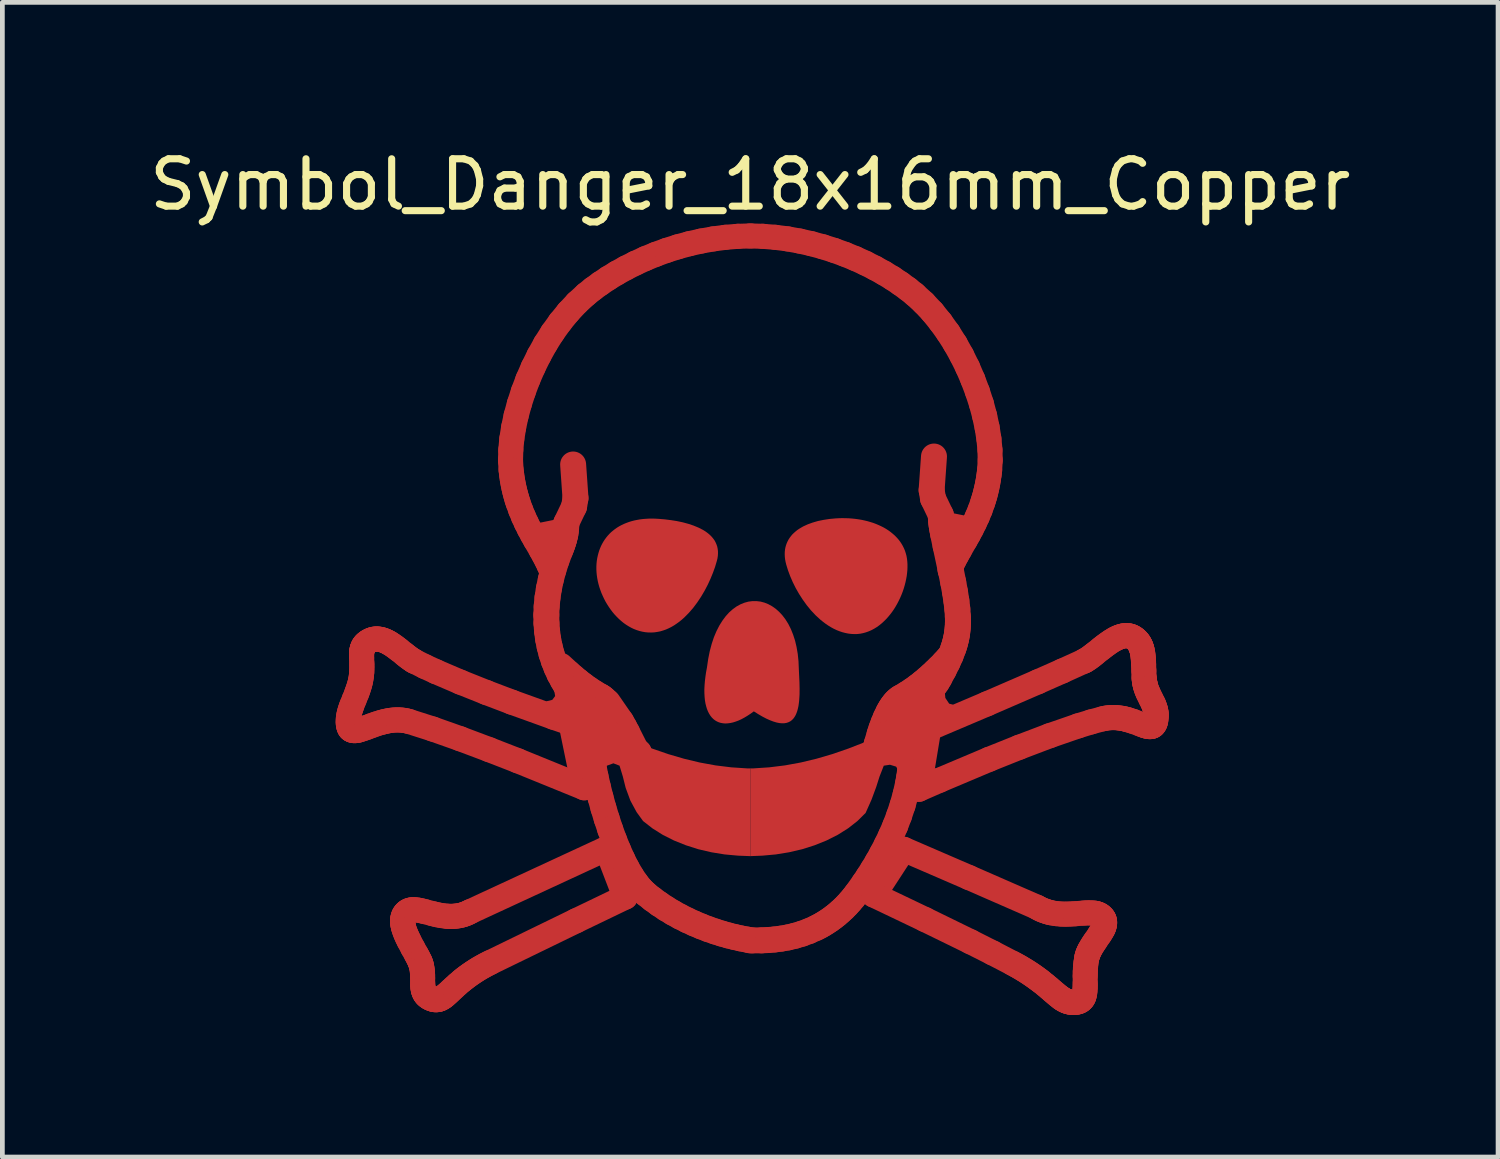
<source format=kicad_pcb>
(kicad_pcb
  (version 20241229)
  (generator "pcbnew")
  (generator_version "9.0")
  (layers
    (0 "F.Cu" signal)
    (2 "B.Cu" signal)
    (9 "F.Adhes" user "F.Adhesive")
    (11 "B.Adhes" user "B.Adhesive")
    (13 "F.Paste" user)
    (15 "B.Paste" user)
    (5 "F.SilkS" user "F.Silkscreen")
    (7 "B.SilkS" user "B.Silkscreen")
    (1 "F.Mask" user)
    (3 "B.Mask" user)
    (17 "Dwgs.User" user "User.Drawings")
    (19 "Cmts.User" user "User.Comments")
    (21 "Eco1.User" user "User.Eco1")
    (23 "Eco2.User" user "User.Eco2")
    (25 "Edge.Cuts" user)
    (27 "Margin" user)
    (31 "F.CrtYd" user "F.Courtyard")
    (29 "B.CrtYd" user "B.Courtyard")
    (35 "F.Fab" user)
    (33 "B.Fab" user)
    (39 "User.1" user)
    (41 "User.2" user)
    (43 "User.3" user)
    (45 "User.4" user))
  (footprint "Symbol_Danger_18x16mm_Copper"
    (layer "F.Cu")
    (at 12.792 9.848)
    (property "Reference" "Symbol_Danger_18x16mm_Copper" (at 0 -9 0) (layer "F.SilkS") (effects (font (size 1 1) (thickness 0.15))))
    (attr exclude_from_pos_files exclude_from_bom)
    (fp_line (start -8.489 2.33) (end -8.488 2.376) (stroke (width 0.529) (type solid)) (layer "F.Cu"))
    (fp_line (start -8.488 2.376) (end -8.483 2.415) (stroke (width 0.529) (type solid)) (layer "F.Cu"))
    (fp_line (start -8.486 2.274) (end -8.489 2.33) (stroke (width 0.529) (type solid)) (layer "F.Cu"))
    (fp_line (start -8.483 2.415) (end -8.474 2.448) (stroke (width 0.529) (type solid)) (layer "F.Cu"))
    (fp_line (start -8.478 2.218) (end -8.486 2.274) (stroke (width 0.529) (type solid)) (layer "F.Cu"))
    (fp_line (start -8.474 2.448) (end -8.462 2.475) (stroke (width 0.529) (type solid)) (layer "F.Cu"))
    (fp_line (start -8.466 2.162) (end -8.478 2.218) (stroke (width 0.529) (type solid)) (layer "F.Cu"))
    (fp_line (start -8.462 2.475) (end -8.455 2.486) (stroke (width 0.529) (type solid)) (layer "F.Cu"))
    (fp_line (start -8.455 2.486) (end -8.447 2.496) (stroke (width 0.529) (type solid)) (layer "F.Cu"))
    (fp_line (start -8.45 2.105) (end -8.466 2.162) (stroke (width 0.529) (type solid)) (layer "F.Cu"))
    (fp_line (start -8.447 2.496) (end -8.438 2.504) (stroke (width 0.529) (type solid)) (layer "F.Cu"))
    (fp_line (start -8.438 2.504) (end -8.428 2.511) (stroke (width 0.529) (type solid)) (layer "F.Cu"))
    (fp_line (start -8.431 2.048) (end -8.45 2.105) (stroke (width 0.529) (type solid)) (layer "F.Cu"))
    (fp_line (start -8.428 2.511) (end -8.407 2.522) (stroke (width 0.529) (type solid)) (layer "F.Cu"))
    (fp_line (start -8.41 1.99) (end -8.431 2.048) (stroke (width 0.529) (type solid)) (layer "F.Cu"))
    (fp_line (start -8.407 2.522) (end -8.383 2.528) (stroke (width 0.529) (type solid)) (layer "F.Cu"))
    (fp_line (start -8.383 2.528) (end -8.355 2.53) (stroke (width 0.529) (type solid)) (layer "F.Cu"))
    (fp_line (start -8.362 1.871) (end -8.41 1.99) (stroke (width 0.529) (type solid)) (layer "F.Cu"))
    (fp_line (start -8.355 2.53) (end -8.325 2.528) (stroke (width 0.529) (type solid)) (layer "F.Cu"))
    (fp_line (start -8.325 2.528) (end -8.293 2.523) (stroke (width 0.529) (type solid)) (layer "F.Cu"))
    (fp_line (start -8.313 1.749) (end -8.362 1.871) (stroke (width 0.529) (type solid)) (layer "F.Cu"))
    (fp_line (start -8.293 2.523) (end -8.258 2.515) (stroke (width 0.529) (type solid)) (layer "F.Cu"))
    (fp_line (start -8.29 1.686) (end -8.313 1.749) (stroke (width 0.529) (type solid)) (layer "F.Cu"))
    (fp_line (start -8.268 1.622) (end -8.29 1.686) (stroke (width 0.529) (type solid)) (layer "F.Cu"))
    (fp_line (start -8.258 2.515) (end -8.181 2.491) (stroke (width 0.529) (type solid)) (layer "F.Cu"))
    (fp_line (start -8.248 1.556) (end -8.268 1.622) (stroke (width 0.529) (type solid)) (layer "F.Cu"))
    (fp_line (start -8.231 1.489) (end -8.248 1.556) (stroke (width 0.529) (type solid)) (layer "F.Cu"))
    (fp_line (start -8.218 1.42) (end -8.231 1.489) (stroke (width 0.529) (type solid)) (layer "F.Cu"))
    (fp_line (start -8.209 1.35) (end -8.218 1.42) (stroke (width 0.529) (type solid)) (layer "F.Cu"))
    (fp_line (start -8.207 0.947) (end -8.206 0.994) (stroke (width 0.529) (type solid)) (layer "F.Cu"))
    (fp_line (start -8.206 0.903) (end -8.207 0.947) (stroke (width 0.529) (type solid)) (layer "F.Cu"))
    (fp_line (start -8.206 0.994) (end -8.202 1.098) (stroke (width 0.529) (type solid)) (layer "F.Cu"))
    (fp_line (start -8.206 1.315) (end -8.209 1.35) (stroke (width 0.529) (type solid)) (layer "F.Cu"))
    (fp_line (start -8.205 0.882) (end -8.206 0.903) (stroke (width 0.529) (type solid)) (layer "F.Cu"))
    (fp_line (start -8.203 1.281) (end -8.206 1.315) (stroke (width 0.529) (type solid)) (layer "F.Cu"))
    (fp_line (start -8.203 0.862) (end -8.205 0.882) (stroke (width 0.529) (type solid)) (layer "F.Cu"))
    (fp_line (start -8.202 1.098) (end -8.201 1.155) (stroke (width 0.529) (type solid)) (layer "F.Cu"))
    (fp_line (start -8.201 1.216) (end -8.203 1.281) (stroke (width 0.529) (type solid)) (layer "F.Cu"))
    (fp_line (start -8.201 1.155) (end -8.201 1.216) (stroke (width 0.529) (type solid)) (layer "F.Cu"))
    (fp_line (start -8.2 0.843) (end -8.203 0.862) (stroke (width 0.529) (type solid)) (layer "F.Cu"))
    (fp_line (start -8.197 0.824) (end -8.2 0.843) (stroke (width 0.529) (type solid)) (layer "F.Cu"))
    (fp_line (start -8.192 0.805) (end -8.197 0.824) (stroke (width 0.529) (type solid)) (layer "F.Cu"))
    (fp_line (start -8.186 0.788) (end -8.192 0.805) (stroke (width 0.529) (type solid)) (layer "F.Cu"))
    (fp_line (start -8.181 2.491) (end -8.095 2.461) (stroke (width 0.529) (type solid)) (layer "F.Cu"))
    (fp_line (start -8.179 0.771) (end -8.186 0.788) (stroke (width 0.529) (type solid)) (layer "F.Cu"))
    (fp_line (start -8.171 0.754) (end -8.179 0.771) (stroke (width 0.529) (type solid)) (layer "F.Cu"))
    (fp_line (start -8.162 0.738) (end -8.171 0.754) (stroke (width 0.529) (type solid)) (layer "F.Cu"))
    (fp_line (start -8.151 0.722) (end -8.162 0.738) (stroke (width 0.529) (type solid)) (layer "F.Cu"))
    (fp_line (start -8.138 0.707) (end -8.151 0.722) (stroke (width 0.529) (type solid)) (layer "F.Cu"))
    (fp_line (start -8.124 0.692) (end -8.138 0.707) (stroke (width 0.529) (type solid)) (layer "F.Cu"))
    (fp_line (start -8.108 0.678) (end -8.124 0.692) (stroke (width 0.529) (type solid)) (layer "F.Cu"))
    (fp_line (start -8.095 2.461) (end -8.002 2.426) (stroke (width 0.529) (type solid)) (layer "F.Cu"))
    (fp_line (start -8.09 0.664) (end -8.108 0.678) (stroke (width 0.529) (type solid)) (layer "F.Cu"))
    (fp_line (start -8.07 0.65) (end -8.09 0.664) (stroke (width 0.529) (type solid)) (layer "F.Cu"))
    (fp_line (start -8.048 0.637) (end -8.07 0.65) (stroke (width 0.529) (type solid)) (layer "F.Cu"))
    (fp_line (start -8.017 0.621) (end -8.048 0.637) (stroke (width 0.529) (type solid)) (layer "F.Cu"))
    (fp_line (start -8.002 2.426) (end -7.901 2.39) (stroke (width 0.529) (type solid)) (layer "F.Cu"))
    (fp_line (start -7.985 0.609) (end -8.017 0.621) (stroke (width 0.529) (type solid)) (layer "F.Cu"))
    (fp_line (start -7.954 0.601) (end -7.985 0.609) (stroke (width 0.529) (type solid)) (layer "F.Cu"))
    (fp_line (start -7.922 0.596) (end -7.954 0.601) (stroke (width 0.529) (type solid)) (layer "F.Cu"))
    (fp_line (start -7.901 2.39) (end -7.795 2.357) (stroke (width 0.529) (type solid)) (layer "F.Cu"))
    (fp_line (start -7.89 0.594) (end -7.922 0.596) (stroke (width 0.529) (type solid)) (layer "F.Cu"))
    (fp_line (start -7.858 0.596) (end -7.89 0.594) (stroke (width 0.529) (type solid)) (layer "F.Cu"))
    (fp_line (start -7.826 0.6) (end -7.858 0.596) (stroke (width 0.529) (type solid)) (layer "F.Cu"))
    (fp_line (start -7.795 2.357) (end -7.74 2.343) (stroke (width 0.529) (type solid)) (layer "F.Cu"))
    (fp_line (start -7.794 0.606) (end -7.826 0.6) (stroke (width 0.529) (type solid)) (layer "F.Cu"))
    (fp_line (start -7.762 0.616) (end -7.794 0.606) (stroke (width 0.529) (type solid)) (layer "F.Cu"))
    (fp_line (start -7.74 2.343) (end -7.684 2.33) (stroke (width 0.529) (type solid)) (layer "F.Cu"))
    (fp_line (start -7.73 0.627) (end -7.762 0.616) (stroke (width 0.529) (type solid)) (layer "F.Cu"))
    (fp_line (start -7.698 0.641) (end -7.73 0.627) (stroke (width 0.529) (type solid)) (layer "F.Cu"))
    (fp_line (start -7.684 2.33) (end -7.626 2.319) (stroke (width 0.529) (type solid)) (layer "F.Cu"))
    (fp_line (start -7.666 0.656) (end -7.698 0.641) (stroke (width 0.529) (type solid)) (layer "F.Cu"))
    (fp_line (start -7.634 0.673) (end -7.666 0.656) (stroke (width 0.529) (type solid)) (layer "F.Cu"))
    (fp_line (start -7.626 2.319) (end -7.568 2.31) (stroke (width 0.529) (type solid)) (layer "F.Cu"))
    (fp_line (start -7.602 0.692) (end -7.634 0.673) (stroke (width 0.529) (type solid)) (layer "F.Cu"))
    (fp_line (start -7.568 2.31) (end -7.509 2.305) (stroke (width 0.529) (type solid)) (layer "F.Cu"))
    (fp_line (start -7.539 0.733) (end -7.602 0.692) (stroke (width 0.529) (type solid)) (layer "F.Cu"))
    (fp_line (start -7.509 2.305) (end -7.449 2.303) (stroke (width 0.529) (type solid)) (layer "F.Cu"))
    (fp_line (start -7.477 0.778) (end -7.539 0.733) (stroke (width 0.529) (type solid)) (layer "F.Cu"))
    (fp_line (start -7.449 2.303) (end -7.389 2.305) (stroke (width 0.529) (type solid)) (layer "F.Cu"))
    (fp_line (start -7.416 0.825) (end -7.477 0.778) (stroke (width 0.529) (type solid)) (layer "F.Cu"))
    (fp_line (start -7.389 2.305) (end -7.328 2.311) (stroke (width 0.529) (type solid)) (layer "F.Cu"))
    (fp_line (start -7.34 6.564) (end -7.338 6.594) (stroke (width 0.529) (type solid)) (layer "F.Cu"))
    (fp_line (start -7.34 6.534) (end -7.34 6.564) (stroke (width 0.529) (type solid)) (layer "F.Cu"))
    (fp_line (start -7.338 6.594) (end -7.333 6.626) (stroke (width 0.529) (type solid)) (layer "F.Cu"))
    (fp_line (start -7.337 6.506) (end -7.34 6.534) (stroke (width 0.529) (type solid)) (layer "F.Cu"))
    (fp_line (start -7.333 6.626) (end -7.327 6.658) (stroke (width 0.529) (type solid)) (layer "F.Cu"))
    (fp_line (start -7.332 6.479) (end -7.337 6.506) (stroke (width 0.529) (type solid)) (layer "F.Cu"))
    (fp_line (start -7.328 2.311) (end -7.267 2.321) (stroke (width 0.529) (type solid)) (layer "F.Cu"))
    (fp_line (start -7.327 6.658) (end -7.319 6.691) (stroke (width 0.529) (type solid)) (layer "F.Cu"))
    (fp_line (start -7.324 6.453) (end -7.332 6.479) (stroke (width 0.529) (type solid)) (layer "F.Cu"))
    (fp_line (start -7.319 6.691) (end -7.297 6.759) (stroke (width 0.529) (type solid)) (layer "F.Cu"))
    (fp_line (start -7.314 6.428) (end -7.324 6.453) (stroke (width 0.529) (type solid)) (layer "F.Cu"))
    (fp_line (start -7.3 6.405) (end -7.314 6.428) (stroke (width 0.529) (type solid)) (layer "F.Cu"))
    (fp_line (start -7.297 0.92) (end -7.416 0.825) (stroke (width 0.529) (type solid)) (layer "F.Cu"))
    (fp_line (start -7.297 6.759) (end -7.27 6.829) (stroke (width 0.529) (type solid)) (layer "F.Cu"))
    (fp_line (start -7.283 6.383) (end -7.3 6.405) (stroke (width 0.529) (type solid)) (layer "F.Cu"))
    (fp_line (start -7.27 6.829) (end -7.238 6.9) (stroke (width 0.529) (type solid)) (layer "F.Cu"))
    (fp_line (start -7.267 2.321) (end -7.205 2.336) (stroke (width 0.529) (type solid)) (layer "F.Cu"))
    (fp_line (start -7.263 6.363) (end -7.283 6.383) (stroke (width 0.529) (type solid)) (layer "F.Cu"))
    (fp_line (start -7.241 0.965) (end -7.297 0.92) (stroke (width 0.529) (type solid)) (layer "F.Cu"))
    (fp_line (start -7.24 6.346) (end -7.263 6.363) (stroke (width 0.529) (type solid)) (layer "F.Cu"))
    (fp_line (start -7.238 6.9) (end -7.203 6.972) (stroke (width 0.529) (type solid)) (layer "F.Cu"))
    (fp_line (start -7.215 6.332) (end -7.24 6.346) (stroke (width 0.529) (type solid)) (layer "F.Cu"))
    (fp_line (start -7.205 2.336) (end -6.704 2.496) (stroke (width 0.529) (type solid)) (layer "F.Cu"))
    (fp_line (start -7.203 6.972) (end -7.127 7.116) (stroke (width 0.529) (type solid)) (layer "F.Cu"))
    (fp_line (start -7.189 6.322) (end -7.215 6.332) (stroke (width 0.529) (type solid)) (layer "F.Cu"))
    (fp_line (start -7.186 1.006) (end -7.241 0.965) (stroke (width 0.529) (type solid)) (layer "F.Cu"))
    (fp_line (start -7.16 6.316) (end -7.189 6.322) (stroke (width 0.529) (type solid)) (layer "F.Cu"))
    (fp_line (start -7.133 1.042) (end -7.186 1.006) (stroke (width 0.529) (type solid)) (layer "F.Cu"))
    (fp_line (start -7.13 6.312) (end -7.16 6.316) (stroke (width 0.529) (type solid)) (layer "F.Cu"))
    (fp_line (start -7.127 7.116) (end -7.051 7.253) (stroke (width 0.529) (type solid)) (layer "F.Cu"))
    (fp_line (start -7.107 1.058) (end -7.133 1.042) (stroke (width 0.529) (type solid)) (layer "F.Cu"))
    (fp_line (start -7.098 6.312) (end -7.13 6.312) (stroke (width 0.529) (type solid)) (layer "F.Cu"))
    (fp_line (start -7.082 1.072) (end -7.107 1.058) (stroke (width 0.529) (type solid)) (layer "F.Cu"))
    (fp_line (start -7.051 7.253) (end -7.016 7.318) (stroke (width 0.529) (type solid)) (layer "F.Cu"))
    (fp_line (start -7.03 6.317) (end -7.098 6.312) (stroke (width 0.529) (type solid)) (layer "F.Cu"))
    (fp_line (start -7.016 7.318) (end -6.985 7.38) (stroke (width 0.529) (type solid)) (layer "F.Cu"))
    (fp_line (start -6.985 7.38) (end -6.971 7.411) (stroke (width 0.529) (type solid)) (layer "F.Cu"))
    (fp_line (start -6.971 7.411) (end -6.959 7.443) (stroke (width 0.529) (type solid)) (layer "F.Cu"))
    (fp_line (start -6.959 7.443) (end -6.949 7.474) (stroke (width 0.529) (type solid)) (layer "F.Cu"))
    (fp_line (start -6.957 6.331) (end -7.03 6.317) (stroke (width 0.529) (type solid)) (layer "F.Cu"))
    (fp_line (start -6.949 7.474) (end -6.941 7.505) (stroke (width 0.529) (type solid)) (layer "F.Cu"))
    (fp_line (start -6.941 7.505) (end -6.929 7.568) (stroke (width 0.529) (type solid)) (layer "F.Cu"))
    (fp_line (start -6.929 7.568) (end -6.922 7.63) (stroke (width 0.529) (type solid)) (layer "F.Cu"))
    (fp_line (start -6.922 7.63) (end -6.919 7.691) (stroke (width 0.529) (type solid)) (layer "F.Cu"))
    (fp_line (start -6.919 7.691) (end -6.918 7.751) (stroke (width 0.529) (type solid)) (layer "F.Cu"))
    (fp_line (start -6.918 7.751) (end -6.917 7.865) (stroke (width 0.529) (type solid)) (layer "F.Cu"))
    (fp_line (start -6.917 7.865) (end -6.915 7.919) (stroke (width 0.529) (type solid)) (layer "F.Cu"))
    (fp_line (start -6.915 7.919) (end -6.909 7.97) (stroke (width 0.529) (type solid)) (layer "F.Cu"))
    (fp_line (start -6.909 7.97) (end -6.904 7.994) (stroke (width 0.529) (type solid)) (layer "F.Cu"))
    (fp_line (start -6.904 7.994) (end -6.898 8.018) (stroke (width 0.529) (type solid)) (layer "F.Cu"))
    (fp_line (start -6.898 8.018) (end -6.89 8.04) (stroke (width 0.529) (type solid)) (layer "F.Cu"))
    (fp_line (start -6.89 8.04) (end -6.881 8.062) (stroke (width 0.529) (type solid)) (layer "F.Cu"))
    (fp_line (start -6.881 8.062) (end -6.87 8.082) (stroke (width 0.529) (type solid)) (layer "F.Cu"))
    (fp_line (start -6.877 6.35) (end -6.957 6.331) (stroke (width 0.529) (type solid)) (layer "F.Cu"))
    (fp_line (start -6.871 1.177) (end -7.082 1.072) (stroke (width 0.529) (type solid)) (layer "F.Cu"))
    (fp_line (start -6.87 8.082) (end -6.857 8.102) (stroke (width 0.529) (type solid)) (layer "F.Cu"))
    (fp_line (start -6.857 8.102) (end -6.841 8.12) (stroke (width 0.529) (type solid)) (layer "F.Cu"))
    (fp_line (start -6.841 8.12) (end -6.823 8.137) (stroke (width 0.529) (type solid)) (layer "F.Cu"))
    (fp_line (start -6.823 8.137) (end -6.803 8.153) (stroke (width 0.529) (type solid)) (layer "F.Cu"))
    (fp_line (start -6.803 8.153) (end -6.78 8.168) (stroke (width 0.529) (type solid)) (layer "F.Cu"))
    (fp_line (start -6.78 8.168) (end -6.754 8.182) (stroke (width 0.529) (type solid)) (layer "F.Cu"))
    (fp_line (start -6.754 8.182) (end -6.724 8.194) (stroke (width 0.529) (type solid)) (layer "F.Cu"))
    (fp_line (start -6.724 8.194) (end -6.697 8.203) (stroke (width 0.529) (type solid)) (layer "F.Cu"))
    (fp_line (start -6.705 6.395) (end -6.877 6.35) (stroke (width 0.529) (type solid)) (layer "F.Cu"))
    (fp_line (start -6.704 2.496) (end -6.124 2.701) (stroke (width 0.529) (type solid)) (layer "F.Cu"))
    (fp_line (start -6.697 8.203) (end -6.67 8.209) (stroke (width 0.529) (type solid)) (layer "F.Cu"))
    (fp_line (start -6.67 8.209) (end -6.644 8.212) (stroke (width 0.529) (type solid)) (layer "F.Cu"))
    (fp_line (start -6.644 8.212) (end -6.62 8.211) (stroke (width 0.529) (type solid)) (layer "F.Cu"))
    (fp_line (start -6.636 1.285) (end -6.871 1.177) (stroke (width 0.529) (type solid)) (layer "F.Cu"))
    (fp_line (start -6.62 8.211) (end -6.595 8.208) (stroke (width 0.529) (type solid)) (layer "F.Cu"))
    (fp_line (start -6.613 6.417) (end -6.705 6.395) (stroke (width 0.529) (type solid)) (layer "F.Cu"))
    (fp_line (start -6.595 8.208) (end -6.572 8.202) (stroke (width 0.529) (type solid)) (layer "F.Cu"))
    (fp_line (start -6.572 8.202) (end -6.548 8.194) (stroke (width 0.529) (type solid)) (layer "F.Cu"))
    (fp_line (start -6.548 8.194) (end -6.525 8.182) (stroke (width 0.529) (type solid)) (layer "F.Cu"))
    (fp_line (start -6.525 8.182) (end -6.502 8.169) (stroke (width 0.529) (type solid)) (layer "F.Cu"))
    (fp_line (start -6.518 6.435) (end -6.613 6.417) (stroke (width 0.529) (type solid)) (layer "F.Cu"))
    (fp_line (start -6.502 8.169) (end -6.478 8.153) (stroke (width 0.529) (type solid)) (layer "F.Cu"))
    (fp_line (start -6.478 8.153) (end -6.454 8.135) (stroke (width 0.529) (type solid)) (layer "F.Cu"))
    (fp_line (start -6.454 8.135) (end -6.429 8.114) (stroke (width 0.529) (type solid)) (layer "F.Cu"))
    (fp_line (start -6.429 8.114) (end -6.376 8.068) (stroke (width 0.529) (type solid)) (layer "F.Cu"))
    (fp_line (start -6.42 6.448) (end -6.518 6.435) (stroke (width 0.529) (type solid)) (layer "F.Cu"))
    (fp_line (start -6.376 8.068) (end -6.319 8.014) (stroke (width 0.529) (type solid)) (layer "F.Cu"))
    (fp_line (start -6.37 6.451) (end -6.42 6.448) (stroke (width 0.529) (type solid)) (layer "F.Cu"))
    (fp_line (start -6.32 6.453) (end -6.37 6.451) (stroke (width 0.529) (type solid)) (layer "F.Cu"))
    (fp_line (start -6.319 8.014) (end -6.254 7.954) (stroke (width 0.529) (type solid)) (layer "F.Cu"))
    (fp_line (start -6.269 6.451) (end -6.32 6.453) (stroke (width 0.529) (type solid)) (layer "F.Cu"))
    (fp_line (start -6.254 7.954) (end -6.182 7.888) (stroke (width 0.529) (type solid)) (layer "F.Cu"))
    (fp_line (start -6.218 6.447) (end -6.269 6.451) (stroke (width 0.529) (type solid)) (layer "F.Cu"))
    (fp_line (start -6.182 7.888) (end -6.1 7.818) (stroke (width 0.529) (type solid)) (layer "F.Cu"))
    (fp_line (start -6.166 6.44) (end -6.218 6.447) (stroke (width 0.529) (type solid)) (layer "F.Cu"))
    (fp_line (start -6.124 2.701) (end -5.51 2.932) (stroke (width 0.529) (type solid)) (layer "F.Cu"))
    (fp_line (start -6.12 1.506) (end -6.636 1.285) (stroke (width 0.529) (type solid)) (layer "F.Cu"))
    (fp_line (start -6.114 6.43) (end -6.166 6.44) (stroke (width 0.529) (type solid)) (layer "F.Cu"))
    (fp_line (start -6.1 7.818) (end -6.055 7.781) (stroke (width 0.529) (type solid)) (layer "F.Cu"))
    (fp_line (start -6.062 6.416) (end -6.114 6.43) (stroke (width 0.529) (type solid)) (layer "F.Cu"))
    (fp_line (start -6.055 7.781) (end -6.007 7.744) (stroke (width 0.529) (type solid)) (layer "F.Cu"))
    (fp_line (start -6.01 6.398) (end -6.062 6.416) (stroke (width 0.529) (type solid)) (layer "F.Cu"))
    (fp_line (start -6.007 7.744) (end -5.956 7.706) (stroke (width 0.529) (type solid)) (layer "F.Cu"))
    (fp_line (start -5.958 6.375) (end -6.01 6.398) (stroke (width 0.529) (type solid)) (layer "F.Cu"))
    (fp_line (start -5.956 7.706) (end -5.901 7.667) (stroke (width 0.529) (type solid)) (layer "F.Cu"))
    (fp_line (start -5.906 6.349) (end -5.958 6.375) (stroke (width 0.529) (type solid)) (layer "F.Cu"))
    (fp_line (start -5.901 7.667) (end -5.843 7.628) (stroke (width 0.529) (type solid)) (layer "F.Cu"))
    (fp_line (start -5.843 7.628) (end -5.781 7.588) (stroke (width 0.529) (type solid)) (layer "F.Cu"))
    (fp_line (start -5.781 7.588) (end -5.716 7.548) (stroke (width 0.529) (type solid)) (layer "F.Cu"))
    (fp_line (start -5.716 7.548) (end -5.646 7.508) (stroke (width 0.529) (type solid)) (layer "F.Cu"))
    (fp_line (start -5.646 7.508) (end -5.572 7.468) (stroke (width 0.529) (type solid)) (layer "F.Cu"))
    (fp_line (start -5.574 1.724) (end -6.12 1.506) (stroke (width 0.529) (type solid)) (layer "F.Cu"))
    (fp_line (start -5.572 7.468) (end -5.493 7.428) (stroke (width 0.529) (type solid)) (layer "F.Cu"))
    (fp_line (start -5.51 2.932) (end -4.908 3.166) (stroke (width 0.529) (type solid)) (layer "F.Cu"))
    (fp_line (start -5.493 7.428) (end -3.676 6.544) (stroke (width 0.529) (type solid)) (layer "F.Cu"))
    (fp_line (start -5.062 -3.178) (end -5.056 -3.397) (stroke (width 0.529) (type solid)) (layer "F.Cu"))
    (fp_line (start -5.056 -3.397) (end -5.035 -3.628) (stroke (width 0.529) (type solid)) (layer "F.Cu"))
    (fp_line (start -5.05 -2.974) (end -5.062 -3.178) (stroke (width 0.529) (type solid)) (layer "F.Cu"))
    (fp_line (start -5.038 -2.877) (end -5.05 -2.974) (stroke (width 0.529) (type solid)) (layer "F.Cu"))
    (fp_line (start -5.037 1.928) (end -5.574 1.724) (stroke (width 0.529) (type solid)) (layer "F.Cu"))
    (fp_line (start -5.035 -3.628) (end -4.997 -3.869) (stroke (width 0.529) (type solid)) (layer "F.Cu"))
    (fp_line (start -5.025 -2.784) (end -5.038 -2.877) (stroke (width 0.529) (type solid)) (layer "F.Cu"))
    (fp_line (start -5.009 -2.693) (end -5.025 -2.784) (stroke (width 0.529) (type solid)) (layer "F.Cu"))
    (fp_line (start -4.997 -3.869) (end -4.944 -4.118) (stroke (width 0.529) (type solid)) (layer "F.Cu"))
    (fp_line (start -4.991 -2.605) (end -5.009 -2.693) (stroke (width 0.529) (type solid)) (layer "F.Cu"))
    (fp_line (start -4.971 -2.519) (end -4.991 -2.605) (stroke (width 0.529) (type solid)) (layer "F.Cu"))
    (fp_line (start -4.949 -2.437) (end -4.971 -2.519) (stroke (width 0.529) (type solid)) (layer "F.Cu"))
    (fp_line (start -4.944 -4.118) (end -4.875 -4.372) (stroke (width 0.529) (type solid)) (layer "F.Cu"))
    (fp_line (start -4.926 -2.356) (end -4.949 -2.437) (stroke (width 0.529) (type solid)) (layer "F.Cu"))
    (fp_line (start -4.908 3.166) (end -3.505 3.737) (stroke (width 0.529) (type solid)) (layer "F.Cu"))
    (fp_line (start -4.901 -2.278) (end -4.926 -2.356) (stroke (width 0.529) (type solid)) (layer "F.Cu"))
    (fp_line (start -4.875 -4.372) (end -4.792 -4.628) (stroke (width 0.529) (type solid)) (layer "F.Cu"))
    (fp_line (start -4.847 -2.129) (end -4.901 -2.278) (stroke (width 0.529) (type solid)) (layer "F.Cu"))
    (fp_line (start -4.792 -4.628) (end -4.695 -4.886) (stroke (width 0.529) (type solid)) (layer "F.Cu"))
    (fp_line (start -4.789 -1.988) (end -4.847 -2.129) (stroke (width 0.529) (type solid)) (layer "F.Cu"))
    (fp_line (start -4.728 -1.855) (end -4.789 -1.988) (stroke (width 0.529) (type solid)) (layer "F.Cu"))
    (fp_line (start -4.695 -4.886) (end -4.584 -5.141) (stroke (width 0.529) (type solid)) (layer "F.Cu"))
    (fp_line (start -4.665 -1.729) (end -4.728 -1.855) (stroke (width 0.529) (type solid)) (layer "F.Cu"))
    (fp_line (start -4.6 -1.608) (end -4.665 -1.729) (stroke (width 0.529) (type solid)) (layer "F.Cu"))
    (fp_line (start -4.584 -5.141) (end -4.46 -5.392) (stroke (width 0.529) (type solid)) (layer "F.Cu"))
    (fp_line (start -4.536 -1.494) (end -4.6 -1.608) (stroke (width 0.529) (type solid)) (layer "F.Cu"))
    (fp_line (start -4.46 -5.392) (end -4.324 -5.637) (stroke (width 0.529) (type solid)) (layer "F.Cu"))
    (fp_line (start -4.411 -1.277) (end -4.536 -1.494) (stroke (width 0.529) (type solid)) (layer "F.Cu"))
    (fp_line (start -4.353 -1.174) (end -4.411 -1.277) (stroke (width 0.529) (type solid)) (layer "F.Cu"))
    (fp_line (start -4.324 -5.637) (end -4.175 -5.873) (stroke (width 0.529) (type solid)) (layer "F.Cu"))
    (fp_line (start -4.306 0.088) (end -4.299 -0.092) (stroke (width 0.548) (type solid)) (layer "F.Cu"))
    (fp_line (start -4.303 0.263) (end -4.306 0.088) (stroke (width 0.548) (type solid)) (layer "F.Cu"))
    (fp_line (start -4.3 -1.073) (end -4.353 -1.174) (stroke (width 0.529) (type solid)) (layer "F.Cu"))
    (fp_line (start -4.299 -0.092) (end -4.281 -0.277) (stroke (width 0.548) (type solid)) (layer "F.Cu"))
    (fp_line (start -4.29 0.433) (end -4.303 0.263) (stroke (width 0.548) (type solid)) (layer "F.Cu"))
    (fp_line (start -4.281 -0.277) (end -4.252 -0.466) (stroke (width 0.548) (type solid)) (layer "F.Cu"))
    (fp_line (start -4.268 0.597) (end -4.29 0.433) (stroke (width 0.548) (type solid)) (layer "F.Cu"))
    (fp_line (start -4.252 -0.466) (end -4.211 -0.66) (stroke (width 0.548) (type solid)) (layer "F.Cu"))
    (fp_line (start -4.252 -0.973) (end -4.3 -1.073) (stroke (width 0.529) (type solid)) (layer "F.Cu"))
    (fp_line (start -4.236 0.756) (end -4.268 0.597) (stroke (width 0.548) (type solid)) (layer "F.Cu"))
    (fp_line (start -4.211 -0.66) (end -4.158 -0.859) (stroke (width 0.548) (type solid)) (layer "F.Cu"))
    (fp_line (start -4.211 -0.875) (end -4.252 -0.973) (stroke (width 0.529) (type solid)) (layer "F.Cu"))
    (fp_line (start -4.196 0.91) (end -4.236 0.756) (stroke (width 0.548) (type solid)) (layer "F.Cu"))
    (fp_line (start -4.175 -5.873) (end -4.014 -6.097) (stroke (width 0.529) (type solid)) (layer "F.Cu"))
    (fp_line (start -4.158 -0.859) (end -4.093 -1.063) (stroke (width 0.548) (type solid)) (layer "F.Cu"))
    (fp_line (start -4.152 2.247) (end -5.037 1.928) (stroke (width 0.529) (type solid)) (layer "F.Cu"))
    (fp_line (start -4.147 1.059) (end -4.196 0.91) (stroke (width 0.548) (type solid)) (layer "F.Cu"))
    (fp_line (start -4.093 -1.063) (end -4.015 -1.27) (stroke (width 0.548) (type solid)) (layer "F.Cu"))
    (fp_line (start -4.091 1.201) (end -4.147 1.059) (stroke (width 0.548) (type solid)) (layer "F.Cu"))
    (fp_line (start -4.028 1.339) (end -4.091 1.201) (stroke (width 0.548) (type solid)) (layer "F.Cu"))
    (fp_line (start -4.015 -1.27) (end -3.988 -1.338) (stroke (width 0.548) (type solid)) (layer "F.Cu"))
    (fp_line (start -4.014 -6.097) (end -3.842 -6.308) (stroke (width 0.529) (type solid)) (layer "F.Cu"))
    (fp_line (start -3.988 -1.338) (end -3.965 -1.402) (stroke (width 0.548) (type solid)) (layer "F.Cu"))
    (fp_line (start -3.965 -1.402) (end -3.945 -1.463) (stroke (width 0.548) (type solid)) (layer "F.Cu"))
    (fp_line (start -3.957 1.47) (end -4.028 1.339) (stroke (width 0.548) (type solid)) (layer "F.Cu"))
    (fp_line (start -3.945 -1.463) (end -3.928 -1.521) (stroke (width 0.548) (type solid)) (layer "F.Cu"))
    (fp_line (start -3.928 -1.521) (end -3.915 -1.575) (stroke (width 0.548) (type solid)) (layer "F.Cu"))
    (fp_line (start -3.915 -1.688) (end -4.485 -1.572) (stroke (width 0.548) (type solid)) (layer "F.Cu"))
    (fp_line (start -3.915 -1.575) (end -3.903 -1.627) (stroke (width 0.548) (type solid)) (layer "F.Cu"))
    (fp_line (start -3.904 1.557) (end -3.957 1.47) (stroke (width 0.548) (type solid)) (layer "F.Cu"))
    (fp_line (start -3.903 -1.627) (end -3.895 -1.676) (stroke (width 0.548) (type solid)) (layer "F.Cu"))
    (fp_line (start -3.889 -1.724) (end -3.886 -1.769) (stroke (width 0.548) (type solid)) (layer "F.Cu"))
    (fp_line (start -3.885 -1.855) (end -3.72 -2.2) (stroke (width 0.548) (type solid)) (layer "F.Cu"))
    (fp_line (start -3.884 -1.813) (end -3.885 -1.855) (stroke (width 0.548) (type solid)) (layer "F.Cu"))
    (fp_line (start -3.854 1.629) (end -3.904 1.557) (stroke (width 0.548) (type solid)) (layer "F.Cu"))
    (fp_line (start -3.842 -6.308) (end -3.66 -6.503) (stroke (width 0.529) (type solid)) (layer "F.Cu"))
    (fp_line (start -3.834 1.316) (end -4.003 1.16) (stroke (width 0.548) (type solid)) (layer "F.Cu"))
    (fp_line (start -3.806 1.69) (end -3.854 1.629) (stroke (width 0.548) (type solid)) (layer "F.Cu"))
    (fp_line (start -3.786 2.373) (end -4.152 2.247) (stroke (width 0.529) (type solid)) (layer "F.Cu"))
    (fp_line (start -3.762 1.741) (end -3.806 1.69) (stroke (width 0.548) (type solid)) (layer "F.Cu"))
    (fp_line (start -3.74 -3.09) (end -3.69 -2.38) (stroke (width 0.548) (type solid)) (layer "F.Cu"))
    (fp_line (start -3.738 1.4) (end -3.834 1.316) (stroke (width 0.548) (type solid)) (layer "F.Cu"))
    (fp_line (start -3.69 -2.38) (end -3.72 -2.2) (stroke (width 0.548) (type solid)) (layer "F.Cu"))
    (fp_line (start -3.68 1.833) (end -3.762 1.741) (stroke (width 0.548) (type solid)) (layer "F.Cu"))
    (fp_line (start -3.676 6.544) (end -2.639 6.045) (stroke (width 0.529) (type solid)) (layer "F.Cu"))
    (fp_line (start -3.66 -6.503) (end -3.467 -6.68) (stroke (width 0.529) (type solid)) (layer "F.Cu"))
    (fp_line (start -3.642 1.879) (end -3.68 1.833) (stroke (width 0.548) (type solid)) (layer "F.Cu"))
    (fp_line (start -3.634 1.486) (end -3.738 1.4) (stroke (width 0.548) (type solid)) (layer "F.Cu"))
    (fp_line (start -3.606 1.93) (end -3.642 1.879) (stroke (width 0.548) (type solid)) (layer "F.Cu"))
    (fp_line (start -3.572 1.99) (end -3.606 1.93) (stroke (width 0.548) (type solid)) (layer "F.Cu"))
    (fp_line (start -3.54 2.061) (end -3.572 1.99) (stroke (width 0.548) (type solid)) (layer "F.Cu"))
    (fp_line (start -3.525 1.571) (end -3.634 1.486) (stroke (width 0.548) (type solid)) (layer "F.Cu"))
    (fp_line (start -3.505 3.737) (end -3.786 2.373) (stroke (width 0.529) (type solid)) (layer "F.Cu"))
    (fp_line (start -3.467 -6.68) (end -3.323 -6.796) (stroke (width 0.529) (type solid)) (layer "F.Cu"))
    (fp_line (start -3.411 1.653) (end -3.525 1.571) (stroke (width 0.548) (type solid)) (layer "F.Cu"))
    (fp_line (start -3.342 3.096) (end -3.367 2.914) (stroke (width 0.548) (type solid)) (layer "F.Cu"))
    (fp_line (start -3.323 -6.796) (end -3.167 -6.91) (stroke (width 0.529) (type solid)) (layer "F.Cu"))
    (fp_line (start -3.308 3.292) (end -3.342 3.096) (stroke (width 0.548) (type solid)) (layer "F.Cu"))
    (fp_line (start -3.292 1.731) (end -3.411 1.653) (stroke (width 0.548) (type solid)) (layer "F.Cu"))
    (fp_line (start -3.267 3.501) (end -3.308 3.292) (stroke (width 0.548) (type solid)) (layer "F.Cu"))
    (fp_line (start -3.218 3.717) (end -3.267 3.501) (stroke (width 0.548) (type solid)) (layer "F.Cu"))
    (fp_line (start -3.17 1.803) (end -3.292 1.731) (stroke (width 0.548) (type solid)) (layer "F.Cu"))
    (fp_line (start -3.167 -6.91) (end -2.998 -7.023) (stroke (width 0.529) (type solid)) (layer "F.Cu"))
    (fp_line (start -3.162 3.94) (end -3.218 3.717) (stroke (width 0.548) (type solid)) (layer "F.Cu"))
    (fp_line (start -3.131 1.827) (end -3.17 1.803) (stroke (width 0.548) (type solid)) (layer "F.Cu"))
    (fp_line (start -3.1 4.165) (end -3.162 3.94) (stroke (width 0.548) (type solid)) (layer "F.Cu"))
    (fp_line (start -3.092 1.857) (end -3.131 1.827) (stroke (width 0.548) (type solid)) (layer "F.Cu"))
    (fp_line (start -3.053 1.891) (end -3.092 1.857) (stroke (width 0.548) (type solid)) (layer "F.Cu"))
    (fp_line (start -3.033 5.019) (end -5.906 6.349) (stroke (width 0.529) (type solid)) (layer "F.Cu"))
    (fp_line (start -3.031 4.391) (end -3.1 4.165) (stroke (width 0.548) (type solid)) (layer "F.Cu"))
    (fp_line (start -2.998 -7.023) (end -2.818 -7.133) (stroke (width 0.529) (type solid)) (layer "F.Cu"))
    (fp_line (start -2.957 4.615) (end -3.031 4.391) (stroke (width 0.548) (type solid)) (layer "F.Cu"))
    (fp_line (start -2.877 4.833) (end -2.957 4.615) (stroke (width 0.548) (type solid)) (layer "F.Cu"))
    (fp_line (start -2.818 -7.133) (end -2.627 -7.239) (stroke (width 0.529) (type solid)) (layer "F.Cu"))
    (fp_line (start -2.792 5.043) (end -2.877 4.833) (stroke (width 0.548) (type solid)) (layer "F.Cu"))
    (fp_line (start -2.726 2.337) (end -3.008 1.929) (stroke (width 0.548) (type solid)) (layer "F.Cu"))
    (fp_line (start -2.703 5.242) (end -2.792 5.043) (stroke (width 0.548) (type solid)) (layer "F.Cu"))
    (fp_line (start -2.662 2.451) (end -2.726 2.337) (stroke (width 0.548) (type solid)) (layer "F.Cu"))
    (fp_line (start -2.639 6.045) (end -3.033 5.019) (stroke (width 0.529) (type solid)) (layer "F.Cu"))
    (fp_line (start -2.627 -7.239) (end -2.425 -7.341) (stroke (width 0.529) (type solid)) (layer "F.Cu"))
    (fp_line (start -2.61 5.427) (end -2.703 5.242) (stroke (width 0.548) (type solid)) (layer "F.Cu"))
    (fp_line (start -2.602 2.563) (end -2.662 2.451) (stroke (width 0.548) (type solid)) (layer "F.Cu"))
    (fp_line (start -2.513 5.596) (end -2.61 5.427) (stroke (width 0.548) (type solid)) (layer "F.Cu"))
    (fp_line (start -2.425 -7.341) (end -2.214 -7.438) (stroke (width 0.529) (type solid)) (layer "F.Cu"))
    (fp_line (start -2.419 2.925) (end -2.602 2.563) (stroke (width 0.548) (type solid)) (layer "F.Cu"))
    (fp_line (start -2.412 5.745) (end -2.513 5.596) (stroke (width 0.548) (type solid)) (layer "F.Cu"))
    (fp_line (start -2.369 3.006) (end -2.39 2.977) (stroke (width 0.548) (type solid)) (layer "F.Cu"))
    (fp_line (start -2.362 3.011) (end -2.369 3.006) (stroke (width 0.548) (type solid)) (layer "F.Cu"))
    (fp_line (start -2.357 3.009) (end -2.362 3.011) (stroke (width 0.548) (type solid)) (layer "F.Cu"))
    (fp_line (start -2.354 3) (end -2.357 3.009) (stroke (width 0.548) (type solid)) (layer "F.Cu"))
    (fp_line (start -2.354 2.984) (end -2.354 3) (stroke (width 0.548) (type solid)) (layer "F.Cu"))
    (fp_line (start -2.31 5.873) (end -2.412 5.745) (stroke (width 0.548) (type solid)) (layer "F.Cu"))
    (fp_line (start -2.257 5.928) (end -2.31 5.873) (stroke (width 0.548) (type solid)) (layer "F.Cu"))
    (fp_line (start -2.214 -7.438) (end -1.994 -7.528) (stroke (width 0.529) (type solid)) (layer "F.Cu"))
    (fp_line (start -2.204 5.976) (end -2.257 5.928) (stroke (width 0.548) (type solid)) (layer "F.Cu"))
    (fp_line (start -2.065 6.087) (end -2.204 5.976) (stroke (width 0.548) (type solid)) (layer "F.Cu"))
    (fp_line (start -1.994 -7.528) (end -1.766 -7.611) (stroke (width 0.529) (type solid)) (layer "F.Cu"))
    (fp_line (start -1.923 6.19) (end -2.065 6.087) (stroke (width 0.548) (type solid)) (layer "F.Cu"))
    (fp_line (start -1.777 6.287) (end -1.923 6.19) (stroke (width 0.548) (type solid)) (layer "F.Cu"))
    (fp_line (start -1.766 -7.611) (end -1.53 -7.686) (stroke (width 0.529) (type solid)) (layer "F.Cu"))
    (fp_line (start -1.63 6.376) (end -1.777 6.287) (stroke (width 0.548) (type solid)) (layer "F.Cu"))
    (fp_line (start -1.53 -7.686) (end -1.287 -7.752) (stroke (width 0.529) (type solid)) (layer "F.Cu"))
    (fp_line (start -1.481 6.458) (end -1.63 6.376) (stroke (width 0.548) (type solid)) (layer "F.Cu"))
    (fp_line (start -1.332 6.533) (end -1.481 6.458) (stroke (width 0.548) (type solid)) (layer "F.Cu"))
    (fp_line (start -1.287 -7.752) (end -1.037 -7.808) (stroke (width 0.529) (type solid)) (layer "F.Cu"))
    (fp_line (start -1.182 6.602) (end -1.332 6.533) (stroke (width 0.548) (type solid)) (layer "F.Cu"))
    (fp_line (start -1.037 -7.808) (end -0.783 -7.853) (stroke (width 0.529) (type solid)) (layer "F.Cu"))
    (fp_line (start -1.034 6.664) (end -1.182 6.602) (stroke (width 0.548) (type solid)) (layer "F.Cu"))
    (fp_line (start -0.887 6.721) (end -1.034 6.664) (stroke (width 0.548) (type solid)) (layer "F.Cu"))
    (fp_line (start -0.783 -7.853) (end -0.523 -7.887) (stroke (width 0.529) (type solid)) (layer "F.Cu"))
    (fp_line (start -0.742 6.771) (end -0.887 6.721) (stroke (width 0.548) (type solid)) (layer "F.Cu"))
    (fp_line (start -0.6 6.816) (end -0.742 6.771) (stroke (width 0.548) (type solid)) (layer "F.Cu"))
    (fp_line (start -0.523 -7.887) (end -0.259 -7.908) (stroke (width 0.529) (type solid)) (layer "F.Cu"))
    (fp_line (start -0.462 6.855) (end -0.6 6.816) (stroke (width 0.548) (type solid)) (layer "F.Cu"))
    (fp_line (start -0.329 6.888) (end -0.462 6.855) (stroke (width 0.548) (type solid)) (layer "F.Cu"))
    (fp_line (start -0.259 -7.908) (end 0.009 -7.916) (stroke (width 0.529) (type solid)) (layer "F.Cu"))
    (fp_line (start -0.201 6.917) (end -0.329 6.888) (stroke (width 0.548) (type solid)) (layer "F.Cu"))
    (fp_line (start -0.078 6.94) (end -0.201 6.917) (stroke (width 0.548) (type solid)) (layer "F.Cu"))
    (fp_line (start -0.001 6.959) (end 0.243 6.958) (stroke (width 0.548) (type solid)) (layer "F.Cu"))
    (fp_line (start 0.038 6.959) (end -0.078 6.94) (stroke (width 0.548) (type solid)) (layer "F.Cu"))
    (fp_line (start 0.243 6.958) (end 0.375 6.952) (stroke (width 0.548) (type solid)) (layer "F.Cu"))
    (fp_line (start 0.264 -7.908) (end -0.004 -7.916) (stroke (width 0.529) (type solid)) (layer "F.Cu"))
    (fp_line (start 0.375 6.952) (end 0.511 6.94) (stroke (width 0.548) (type solid)) (layer "F.Cu"))
    (fp_line (start 0.511 6.94) (end 0.652 6.922) (stroke (width 0.548) (type solid)) (layer "F.Cu"))
    (fp_line (start 0.528 -7.887) (end 0.264 -7.908) (stroke (width 0.529) (type solid)) (layer "F.Cu"))
    (fp_line (start 0.652 6.922) (end 0.796 6.897) (stroke (width 0.548) (type solid)) (layer "F.Cu"))
    (fp_line (start 0.788 -7.854) (end 0.528 -7.887) (stroke (width 0.529) (type solid)) (layer "F.Cu"))
    (fp_line (start 0.796 6.897) (end 0.943 6.862) (stroke (width 0.548) (type solid)) (layer "F.Cu"))
    (fp_line (start 0.943 6.862) (end 1.091 6.818) (stroke (width 0.548) (type solid)) (layer "F.Cu"))
    (fp_line (start 1.043 -7.808) (end 0.788 -7.854) (stroke (width 0.529) (type solid)) (layer "F.Cu"))
    (fp_line (start 1.091 6.818) (end 1.24 6.763) (stroke (width 0.548) (type solid)) (layer "F.Cu"))
    (fp_line (start 1.24 6.763) (end 1.39 6.696) (stroke (width 0.548) (type solid)) (layer "F.Cu"))
    (fp_line (start 1.292 -7.752) (end 1.043 -7.808) (stroke (width 0.529) (type solid)) (layer "F.Cu"))
    (fp_line (start 1.39 6.696) (end 1.464 6.658) (stroke (width 0.548) (type solid)) (layer "F.Cu"))
    (fp_line (start 1.464 6.658) (end 1.539 6.616) (stroke (width 0.548) (type solid)) (layer "F.Cu"))
    (fp_line (start 1.535 -7.686) (end 1.292 -7.752) (stroke (width 0.529) (type solid)) (layer "F.Cu"))
    (fp_line (start 1.539 6.616) (end 1.612 6.57) (stroke (width 0.548) (type solid)) (layer "F.Cu"))
    (fp_line (start 1.612 6.57) (end 1.686 6.521) (stroke (width 0.548) (type solid)) (layer "F.Cu"))
    (fp_line (start 1.686 6.521) (end 1.758 6.468) (stroke (width 0.548) (type solid)) (layer "F.Cu"))
    (fp_line (start 1.758 6.468) (end 1.83 6.411) (stroke (width 0.548) (type solid)) (layer "F.Cu"))
    (fp_line (start 1.771 -7.611) (end 1.535 -7.686) (stroke (width 0.529) (type solid)) (layer "F.Cu"))
    (fp_line (start 1.83 6.411) (end 1.901 6.349) (stroke (width 0.548) (type solid)) (layer "F.Cu"))
    (fp_line (start 1.901 6.349) (end 1.972 6.284) (stroke (width 0.548) (type solid)) (layer "F.Cu"))
    (fp_line (start 1.972 6.284) (end 2.041 6.214) (stroke (width 0.548) (type solid)) (layer "F.Cu"))
    (fp_line (start 1.999 -7.528) (end 1.771 -7.611) (stroke (width 0.529) (type solid)) (layer "F.Cu"))
    (fp_line (start 2.041 6.214) (end 2.109 6.139) (stroke (width 0.548) (type solid)) (layer "F.Cu"))
    (fp_line (start 2.109 6.139) (end 2.176 6.06) (stroke (width 0.548) (type solid)) (layer "F.Cu"))
    (fp_line (start 2.176 6.06) (end 2.241 5.976) (stroke (width 0.548) (type solid)) (layer "F.Cu"))
    (fp_line (start 2.219 -7.438) (end 1.999 -7.528) (stroke (width 0.529) (type solid)) (layer "F.Cu"))
    (fp_line (start 2.241 5.976) (end 2.405 5.746) (stroke (width 0.548) (type solid)) (layer "F.Cu"))
    (fp_line (start 2.405 5.746) (end 2.496 5.61) (stroke (width 0.548) (type solid)) (layer "F.Cu"))
    (fp_line (start 2.431 -7.341) (end 2.219 -7.438) (stroke (width 0.529) (type solid)) (layer "F.Cu"))
    (fp_line (start 2.496 5.61) (end 2.591 5.46) (stroke (width 0.548) (type solid)) (layer "F.Cu"))
    (fp_line (start 2.591 5.46) (end 2.688 5.298) (stroke (width 0.548) (type solid)) (layer "F.Cu"))
    (fp_line (start 2.602 3.031) (end 2.603 3.056) (stroke (width 0.548) (type solid)) (layer "F.Cu"))
    (fp_line (start 2.603 3.056) (end 2.605 3.058) (stroke (width 0.548) (type solid)) (layer "F.Cu"))
    (fp_line (start 2.605 3.058) (end 2.608 3.052) (stroke (width 0.548) (type solid)) (layer "F.Cu"))
    (fp_line (start 2.608 3.052) (end 2.631 2.969) (stroke (width 0.548) (type solid)) (layer "F.Cu"))
    (fp_line (start 2.609 6.002) (end 3.238 5.035) (stroke (width 0.529) (type solid)) (layer "F.Cu"))
    (fp_line (start 2.631 2.969) (end 2.672 2.808) (stroke (width 0.548) (type solid)) (layer "F.Cu"))
    (fp_line (start 2.632 -7.239) (end 2.431 -7.341) (stroke (width 0.529) (type solid)) (layer "F.Cu"))
    (fp_line (start 2.672 2.808) (end 2.733 2.599) (stroke (width 0.548) (type solid)) (layer "F.Cu"))
    (fp_line (start 2.688 5.298) (end 2.785 5.124) (stroke (width 0.548) (type solid)) (layer "F.Cu"))
    (fp_line (start 2.733 2.599) (end 2.771 2.484) (stroke (width 0.548) (type solid)) (layer "F.Cu"))
    (fp_line (start 2.771 2.484) (end 2.814 2.368) (stroke (width 0.548) (type solid)) (layer "F.Cu"))
    (fp_line (start 2.785 5.124) (end 2.881 4.939) (stroke (width 0.548) (type solid)) (layer "F.Cu"))
    (fp_line (start 2.814 2.368) (end 2.862 2.253) (stroke (width 0.548) (type solid)) (layer "F.Cu"))
    (fp_line (start 2.823 -7.133) (end 2.632 -7.239) (stroke (width 0.529) (type solid)) (layer "F.Cu"))
    (fp_line (start 2.862 2.253) (end 2.915 2.144) (stroke (width 0.548) (type solid)) (layer "F.Cu"))
    (fp_line (start 2.881 4.939) (end 2.974 4.744) (stroke (width 0.548) (type solid)) (layer "F.Cu"))
    (fp_line (start 2.915 2.144) (end 2.944 2.092) (stroke (width 0.548) (type solid)) (layer "F.Cu"))
    (fp_line (start 2.944 2.092) (end 2.974 2.043) (stroke (width 0.548) (type solid)) (layer "F.Cu"))
    (fp_line (start 2.974 2.043) (end 3.005 1.997) (stroke (width 0.548) (type solid)) (layer "F.Cu"))
    (fp_line (start 2.974 4.744) (end 3.062 4.54) (stroke (width 0.548) (type solid)) (layer "F.Cu"))
    (fp_line (start 3.004 -7.023) (end 2.823 -7.133) (stroke (width 0.529) (type solid)) (layer "F.Cu"))
    (fp_line (start 3.005 1.997) (end 3.038 1.954) (stroke (width 0.548) (type solid)) (layer "F.Cu"))
    (fp_line (start 3.038 1.954) (end 3.072 1.915) (stroke (width 0.548) (type solid)) (layer "F.Cu"))
    (fp_line (start 3.062 4.54) (end 3.143 4.327) (stroke (width 0.548) (type solid)) (layer "F.Cu"))
    (fp_line (start 3.072 1.915) (end 3.108 1.881) (stroke (width 0.548) (type solid)) (layer "F.Cu"))
    (fp_line (start 3.108 1.881) (end 3.145 1.851) (stroke (width 0.548) (type solid)) (layer "F.Cu"))
    (fp_line (start 3.143 4.327) (end 3.217 4.106) (stroke (width 0.548) (type solid)) (layer "F.Cu"))
    (fp_line (start 3.145 1.851) (end 3.183 1.827) (stroke (width 0.548) (type solid)) (layer "F.Cu"))
    (fp_line (start 3.172 -6.91) (end 3.004 -7.023) (stroke (width 0.529) (type solid)) (layer "F.Cu"))
    (fp_line (start 3.183 1.827) (end 3.304 1.755) (stroke (width 0.548) (type solid)) (layer "F.Cu"))
    (fp_line (start 3.217 4.106) (end 3.281 3.878) (stroke (width 0.548) (type solid)) (layer "F.Cu"))
    (fp_line (start 3.238 5.035) (end 4.622 5.633) (stroke (width 0.529) (type solid)) (layer "F.Cu"))
    (fp_line (start 3.281 3.878) (end 3.333 3.644) (stroke (width 0.548) (type solid)) (layer "F.Cu"))
    (fp_line (start 3.304 1.755) (end 3.421 1.679) (stroke (width 0.548) (type solid)) (layer "F.Cu"))
    (fp_line (start 3.329 -6.796) (end 3.172 -6.91) (stroke (width 0.529) (type solid)) (layer "F.Cu"))
    (fp_line (start 3.333 3.644) (end 3.354 3.525) (stroke (width 0.548) (type solid)) (layer "F.Cu"))
    (fp_line (start 3.354 3.525) (end 3.372 3.405) (stroke (width 0.548) (type solid)) (layer "F.Cu"))
    (fp_line (start 3.372 3.405) (end 3.386 3.284) (stroke (width 0.548) (type solid)) (layer "F.Cu"))
    (fp_line (start 3.386 3.284) (end 3.396 3.161) (stroke (width 0.548) (type solid)) (layer "F.Cu"))
    (fp_line (start 3.396 3.161) (end 3.402 3.038) (stroke (width 0.548) (type solid)) (layer "F.Cu"))
    (fp_line (start 3.421 1.679) (end 3.532 1.599) (stroke (width 0.548) (type solid)) (layer "F.Cu"))
    (fp_line (start 3.472 -6.681) (end 3.329 -6.796) (stroke (width 0.529) (type solid)) (layer "F.Cu"))
    (fp_line (start 3.532 1.599) (end 3.637 1.517) (stroke (width 0.548) (type solid)) (layer "F.Cu"))
    (fp_line (start 3.559 3.769) (end 3.771 2.486) (stroke (width 0.529) (type solid)) (layer "F.Cu"))
    (fp_line (start 3.637 1.517) (end 3.735 1.435) (stroke (width 0.548) (type solid)) (layer "F.Cu"))
    (fp_line (start 3.665 -6.504) (end 3.472 -6.681) (stroke (width 0.529) (type solid)) (layer "F.Cu"))
    (fp_line (start 3.681 1.801) (end 3.782 1.703) (stroke (width 0.548) (type solid)) (layer "F.Cu"))
    (fp_line (start 3.689 6.518) (end 2.609 6.002) (stroke (width 0.529) (type solid)) (layer "F.Cu"))
    (fp_line (start 3.735 1.435) (end 3.825 1.355) (stroke (width 0.548) (type solid)) (layer "F.Cu"))
    (fp_line (start 3.771 2.486) (end 5 1.964) (stroke (width 0.529) (type solid)) (layer "F.Cu"))
    (fp_line (start 3.782 1.703) (end 3.834 1.648) (stroke (width 0.548) (type solid)) (layer "F.Cu"))
    (fp_line (start 3.825 1.355) (end 3.908 1.278) (stroke (width 0.548) (type solid)) (layer "F.Cu"))
    (fp_line (start 3.83 -2.548) (end 3.86 -2.368) (stroke (width 0.548) (type solid)) (layer "F.Cu"))
    (fp_line (start 3.834 1.648) (end 3.887 1.586) (stroke (width 0.548) (type solid)) (layer "F.Cu"))
    (fp_line (start 3.848 -6.309) (end 3.665 -6.504) (stroke (width 0.529) (type solid)) (layer "F.Cu"))
    (fp_line (start 3.88 -3.258) (end 3.83 -2.548) (stroke (width 0.548) (type solid)) (layer "F.Cu"))
    (fp_line (start 3.887 1.586) (end 3.941 1.512) (stroke (width 0.548) (type solid)) (layer "F.Cu"))
    (fp_line (start 3.902 2.33) (end 3.638 1.87) (stroke (width 0.548) (type solid)) (layer "F.Cu"))
    (fp_line (start 3.908 1.278) (end 3.981 1.207) (stroke (width 0.548) (type solid)) (layer "F.Cu"))
    (fp_line (start 3.941 1.512) (end 3.994 1.423) (stroke (width 0.548) (type solid)) (layer "F.Cu"))
    (fp_line (start 3.981 1.207) (end 4.098 1.087) (stroke (width 0.548) (type solid)) (layer "F.Cu"))
    (fp_line (start 3.994 1.423) (end 4.086 1.252) (stroke (width 0.548) (type solid)) (layer "F.Cu"))
    (fp_line (start 3.996 3.578) (end 3.559 3.769) (stroke (width 0.529) (type solid)) (layer "F.Cu"))
    (fp_line (start 4.019 -6.097) (end 3.848 -6.309) (stroke (width 0.529) (type solid)) (layer "F.Cu"))
    (fp_line (start 4.025 -2.024) (end 3.86 -2.368) (stroke (width 0.548) (type solid)) (layer "F.Cu"))
    (fp_line (start 4.026 -1.96) (end 4.025 -2.024) (stroke (width 0.548) (type solid)) (layer "F.Cu"))
    (fp_line (start 4.031 -1.891) (end 4.026 -1.96) (stroke (width 0.548) (type solid)) (layer "F.Cu"))
    (fp_line (start 4.04 -1.814) (end 4.031 -1.891) (stroke (width 0.548) (type solid)) (layer "F.Cu"))
    (fp_line (start 4.054 -1.726) (end 4.04 -1.814) (stroke (width 0.548) (type solid)) (layer "F.Cu"))
    (fp_line (start 4.055 -1.828) (end 4.625 -1.712) (stroke (width 0.548) (type solid)) (layer "F.Cu"))
    (fp_line (start 4.072 -1.625) (end 4.054 -1.726) (stroke (width 0.548) (type solid)) (layer "F.Cu"))
    (fp_line (start 4.086 1.252) (end 4.165 1.094) (stroke (width 0.548) (type solid)) (layer "F.Cu"))
    (fp_line (start 4.098 1.087) (end 4.17 1.01) (stroke (width 0.548) (type solid)) (layer "F.Cu"))
    (fp_line (start 4.125 -1.371) (end 4.072 -1.625) (stroke (width 0.548) (type solid)) (layer "F.Cu"))
    (fp_line (start 4.165 1.094) (end 4.231 0.947) (stroke (width 0.548) (type solid)) (layer "F.Cu"))
    (fp_line (start 4.17 1.01) (end 4.193 0.988) (stroke (width 0.548) (type solid)) (layer "F.Cu"))
    (fp_line (start 4.18 -5.873) (end 4.019 -6.097) (stroke (width 0.529) (type solid)) (layer "F.Cu"))
    (fp_line (start 4.193 0.988) (end 4.159 1.037) (stroke (width 0.548) (type solid)) (layer "F.Cu"))
    (fp_line (start 4.216 -0.875) (end 4.257 -0.974) (stroke (width 0.529) (type solid)) (layer "F.Cu"))
    (fp_line (start 4.231 0.947) (end 4.284 0.807) (stroke (width 0.548) (type solid)) (layer "F.Cu"))
    (fp_line (start 4.24 -0.832) (end 4.125 -1.371) (stroke (width 0.548) (type solid)) (layer "F.Cu"))
    (fp_line (start 4.257 -0.974) (end 4.305 -1.073) (stroke (width 0.529) (type solid)) (layer "F.Cu"))
    (fp_line (start 4.284 0.807) (end 4.307 0.74) (stroke (width 0.548) (type solid)) (layer "F.Cu"))
    (fp_line (start 4.286 -0.603) (end 4.24 -0.832) (stroke (width 0.548) (type solid)) (layer "F.Cu"))
    (fp_line (start 4.305 -1.073) (end 4.359 -1.174) (stroke (width 0.529) (type solid)) (layer "F.Cu"))
    (fp_line (start 4.307 0.74) (end 4.326 0.673) (stroke (width 0.548) (type solid)) (layer "F.Cu"))
    (fp_line (start 4.324 -0.396) (end 4.286 -0.603) (stroke (width 0.548) (type solid)) (layer "F.Cu"))
    (fp_line (start 4.326 0.673) (end 4.343 0.606) (stroke (width 0.548) (type solid)) (layer "F.Cu"))
    (fp_line (start 4.329 -5.637) (end 4.18 -5.873) (stroke (width 0.529) (type solid)) (layer "F.Cu"))
    (fp_line (start 4.343 0.606) (end 4.357 0.539) (stroke (width 0.548) (type solid)) (layer "F.Cu"))
    (fp_line (start 4.353 -0.209) (end 4.324 -0.396) (stroke (width 0.548) (type solid)) (layer "F.Cu"))
    (fp_line (start 4.357 0.539) (end 4.368 0.472) (stroke (width 0.548) (type solid)) (layer "F.Cu"))
    (fp_line (start 4.359 -1.174) (end 4.417 -1.277) (stroke (width 0.529) (type solid)) (layer "F.Cu"))
    (fp_line (start 4.368 0.472) (end 4.376 0.405) (stroke (width 0.548) (type solid)) (layer "F.Cu"))
    (fp_line (start 4.373 -0.038) (end 4.353 -0.209) (stroke (width 0.548) (type solid)) (layer "F.Cu"))
    (fp_line (start 4.376 0.405) (end 4.382 0.336) (stroke (width 0.548) (type solid)) (layer "F.Cu"))
    (fp_line (start 4.382 0.336) (end 4.385 0.265) (stroke (width 0.548) (type solid)) (layer "F.Cu"))
    (fp_line (start 4.384 0.119) (end 4.373 -0.038) (stroke (width 0.548) (type solid)) (layer "F.Cu"))
    (fp_line (start 4.385 0.265) (end 4.386 0.193) (stroke (width 0.548) (type solid)) (layer "F.Cu"))
    (fp_line (start 4.386 0.193) (end 4.384 0.119) (stroke (width 0.548) (type solid)) (layer "F.Cu"))
    (fp_line (start 4.417 -1.277) (end 4.541 -1.494) (stroke (width 0.529) (type solid)) (layer "F.Cu"))
    (fp_line (start 4.466 -5.392) (end 4.329 -5.637) (stroke (width 0.529) (type solid)) (layer "F.Cu"))
    (fp_line (start 4.541 -1.494) (end 4.606 -1.609) (stroke (width 0.529) (type solid)) (layer "F.Cu"))
    (fp_line (start 4.59 -5.141) (end 4.466 -5.392) (stroke (width 0.529) (type solid)) (layer "F.Cu"))
    (fp_line (start 4.606 -1.609) (end 4.67 -1.729) (stroke (width 0.529) (type solid)) (layer "F.Cu"))
    (fp_line (start 4.622 5.633) (end 6.048 6.256) (stroke (width 0.529) (type solid)) (layer "F.Cu"))
    (fp_line (start 4.649 6.987) (end 3.689 6.518) (stroke (width 0.529) (type solid)) (layer "F.Cu"))
    (fp_line (start 4.67 -1.729) (end 4.733 -1.855) (stroke (width 0.529) (type solid)) (layer "F.Cu"))
    (fp_line (start 4.7 -4.886) (end 4.59 -5.141) (stroke (width 0.529) (type solid)) (layer "F.Cu"))
    (fp_line (start 4.733 -1.855) (end 4.795 -1.988) (stroke (width 0.529) (type solid)) (layer "F.Cu"))
    (fp_line (start 4.795 -1.988) (end 4.853 -2.129) (stroke (width 0.529) (type solid)) (layer "F.Cu"))
    (fp_line (start 4.797 -4.629) (end 4.7 -4.886) (stroke (width 0.529) (type solid)) (layer "F.Cu"))
    (fp_line (start 4.853 -2.129) (end 4.906 -2.278) (stroke (width 0.529) (type solid)) (layer "F.Cu"))
    (fp_line (start 4.881 -4.372) (end 4.797 -4.629) (stroke (width 0.529) (type solid)) (layer "F.Cu"))
    (fp_line (start 4.906 -2.278) (end 4.931 -2.356) (stroke (width 0.529) (type solid)) (layer "F.Cu"))
    (fp_line (start 4.931 -2.356) (end 4.955 -2.437) (stroke (width 0.529) (type solid)) (layer "F.Cu"))
    (fp_line (start 4.949 -4.118) (end 4.881 -4.372) (stroke (width 0.529) (type solid)) (layer "F.Cu"))
    (fp_line (start 4.955 -2.437) (end 4.976 -2.52) (stroke (width 0.529) (type solid)) (layer "F.Cu"))
    (fp_line (start 4.976 -2.52) (end 4.996 -2.605) (stroke (width 0.529) (type solid)) (layer "F.Cu"))
    (fp_line (start 4.996 -2.605) (end 5.014 -2.693) (stroke (width 0.529) (type solid)) (layer "F.Cu"))
    (fp_line (start 5 1.964) (end 6.073 1.499) (stroke (width 0.529) (type solid)) (layer "F.Cu"))
    (fp_line (start 5.002 -3.87) (end 4.949 -4.118) (stroke (width 0.529) (type solid)) (layer "F.Cu"))
    (fp_line (start 5.014 -2.693) (end 5.03 -2.784) (stroke (width 0.529) (type solid)) (layer "F.Cu"))
    (fp_line (start 5.03 -2.784) (end 5.044 -2.878) (stroke (width 0.529) (type solid)) (layer "F.Cu"))
    (fp_line (start 5.04 -3.629) (end 5.002 -3.87) (stroke (width 0.529) (type solid)) (layer "F.Cu"))
    (fp_line (start 5.044 -2.878) (end 5.055 -2.974) (stroke (width 0.529) (type solid)) (layer "F.Cu"))
    (fp_line (start 5.046 3.135) (end 3.996 3.578) (stroke (width 0.529) (type solid)) (layer "F.Cu"))
    (fp_line (start 5.055 -2.974) (end 5.067 -3.178) (stroke (width 0.529) (type solid)) (layer "F.Cu"))
    (fp_line (start 5.062 -3.397) (end 5.04 -3.629) (stroke (width 0.529) (type solid)) (layer "F.Cu"))
    (fp_line (start 5.067 -3.178) (end 5.062 -3.397) (stroke (width 0.529) (type solid)) (layer "F.Cu"))
    (fp_line (start 5.119 7.224) (end 4.649 6.987) (stroke (width 0.529) (type solid)) (layer "F.Cu"))
    (fp_line (start 5.539 7.442) (end 5.119 7.224) (stroke (width 0.529) (type solid)) (layer "F.Cu"))
    (fp_line (start 5.617 7.484) (end 5.539 7.442) (stroke (width 0.529) (type solid)) (layer "F.Cu"))
    (fp_line (start 5.68 2.881) (end 5.046 3.135) (stroke (width 0.529) (type solid)) (layer "F.Cu"))
    (fp_line (start 5.69 7.525) (end 5.617 7.484) (stroke (width 0.529) (type solid)) (layer "F.Cu"))
    (fp_line (start 5.76 7.567) (end 5.69 7.525) (stroke (width 0.529) (type solid)) (layer "F.Cu"))
    (fp_line (start 5.826 7.607) (end 5.76 7.567) (stroke (width 0.529) (type solid)) (layer "F.Cu"))
    (fp_line (start 5.888 7.647) (end 5.826 7.607) (stroke (width 0.529) (type solid)) (layer "F.Cu"))
    (fp_line (start 5.946 7.686) (end 5.888 7.647) (stroke (width 0.529) (type solid)) (layer "F.Cu"))
    (fp_line (start 6.001 7.724) (end 5.946 7.686) (stroke (width 0.529) (type solid)) (layer "F.Cu"))
    (fp_line (start 6.048 6.256) (end 6.1 6.285) (stroke (width 0.529) (type solid)) (layer "F.Cu"))
    (fp_line (start 6.053 7.762) (end 6.001 7.724) (stroke (width 0.529) (type solid)) (layer "F.Cu"))
    (fp_line (start 6.073 1.499) (end 6.589 1.271) (stroke (width 0.529) (type solid)) (layer "F.Cu"))
    (fp_line (start 6.1 6.285) (end 6.151 6.31) (stroke (width 0.529) (type solid)) (layer "F.Cu"))
    (fp_line (start 6.102 7.798) (end 6.053 7.762) (stroke (width 0.529) (type solid)) (layer "F.Cu"))
    (fp_line (start 6.149 7.834) (end 6.102 7.798) (stroke (width 0.529) (type solid)) (layer "F.Cu"))
    (fp_line (start 6.151 6.31) (end 6.203 6.331) (stroke (width 0.529) (type solid)) (layer "F.Cu"))
    (fp_line (start 6.203 6.331) (end 6.255 6.349) (stroke (width 0.529) (type solid)) (layer "F.Cu"))
    (fp_line (start 6.234 7.902) (end 6.149 7.834) (stroke (width 0.529) (type solid)) (layer "F.Cu"))
    (fp_line (start 6.255 6.349) (end 6.307 6.365) (stroke (width 0.529) (type solid)) (layer "F.Cu"))
    (fp_line (start 6.307 6.365) (end 6.359 6.377) (stroke (width 0.529) (type solid)) (layer "F.Cu"))
    (fp_line (start 6.31 7.966) (end 6.234 7.902) (stroke (width 0.529) (type solid)) (layer "F.Cu"))
    (fp_line (start 6.323 2.637) (end 5.68 2.881) (stroke (width 0.529) (type solid)) (layer "F.Cu"))
    (fp_line (start 6.359 6.377) (end 6.462 6.394) (stroke (width 0.529) (type solid)) (layer "F.Cu"))
    (fp_line (start 6.378 8.025) (end 6.31 7.966) (stroke (width 0.529) (type solid)) (layer "F.Cu"))
    (fp_line (start 6.44 8.078) (end 6.378 8.025) (stroke (width 0.529) (type solid)) (layer "F.Cu"))
    (fp_line (start 6.462 6.394) (end 6.564 6.403) (stroke (width 0.529) (type solid)) (layer "F.Cu"))
    (fp_line (start 6.498 8.126) (end 6.44 8.078) (stroke (width 0.529) (type solid)) (layer "F.Cu"))
    (fp_line (start 6.552 8.168) (end 6.498 8.126) (stroke (width 0.529) (type solid)) (layer "F.Cu"))
    (fp_line (start 6.564 6.403) (end 6.663 6.405) (stroke (width 0.529) (type solid)) (layer "F.Cu"))
    (fp_line (start 6.578 8.187) (end 6.552 8.168) (stroke (width 0.529) (type solid)) (layer "F.Cu"))
    (fp_line (start 6.589 1.271) (end 7.041 1.066) (stroke (width 0.529) (type solid)) (layer "F.Cu"))
    (fp_line (start 6.604 8.203) (end 6.578 8.187) (stroke (width 0.529) (type solid)) (layer "F.Cu"))
    (fp_line (start 6.63 8.218) (end 6.604 8.203) (stroke (width 0.529) (type solid)) (layer "F.Cu"))
    (fp_line (start 6.656 8.231) (end 6.63 8.218) (stroke (width 0.529) (type solid)) (layer "F.Cu"))
    (fp_line (start 6.663 6.405) (end 6.761 6.402) (stroke (width 0.529) (type solid)) (layer "F.Cu"))
    (fp_line (start 6.682 8.243) (end 6.656 8.231) (stroke (width 0.529) (type solid)) (layer "F.Cu"))
    (fp_line (start 6.709 8.252) (end 6.682 8.243) (stroke (width 0.529) (type solid)) (layer "F.Cu"))
    (fp_line (start 6.736 8.259) (end 6.709 8.252) (stroke (width 0.529) (type solid)) (layer "F.Cu"))
    (fp_line (start 6.761 6.402) (end 6.855 6.397) (stroke (width 0.529) (type solid)) (layer "F.Cu"))
    (fp_line (start 6.764 8.265) (end 6.736 8.259) (stroke (width 0.529) (type solid)) (layer "F.Cu"))
    (fp_line (start 6.792 8.268) (end 6.764 8.265) (stroke (width 0.529) (type solid)) (layer "F.Cu"))
    (fp_line (start 6.822 8.269) (end 6.792 8.268) (stroke (width 0.529) (type solid)) (layer "F.Cu"))
    (fp_line (start 6.855 6.397) (end 7.032 6.383) (stroke (width 0.529) (type solid)) (layer "F.Cu"))
    (fp_line (start 6.856 8.268) (end 6.822 8.269) (stroke (width 0.529) (type solid)) (layer "F.Cu"))
    (fp_line (start 6.887 8.265) (end 6.856 8.268) (stroke (width 0.529) (type solid)) (layer "F.Cu"))
    (fp_line (start 6.914 8.259) (end 6.887 8.265) (stroke (width 0.529) (type solid)) (layer "F.Cu"))
    (fp_line (start 6.925 2.429) (end 6.323 2.637) (stroke (width 0.529) (type solid)) (layer "F.Cu"))
    (fp_line (start 6.939 8.251) (end 6.914 8.259) (stroke (width 0.529) (type solid)) (layer "F.Cu"))
    (fp_line (start 6.961 8.241) (end 6.939 8.251) (stroke (width 0.529) (type solid)) (layer "F.Cu"))
    (fp_line (start 6.98 8.229) (end 6.961 8.241) (stroke (width 0.529) (type solid)) (layer "F.Cu"))
    (fp_line (start 6.997 8.214) (end 6.98 8.229) (stroke (width 0.529) (type solid)) (layer "F.Cu"))
    (fp_line (start 7.012 8.198) (end 6.997 8.214) (stroke (width 0.529) (type solid)) (layer "F.Cu"))
    (fp_line (start 7.025 8.18) (end 7.012 8.198) (stroke (width 0.529) (type solid)) (layer "F.Cu"))
    (fp_line (start 7.032 6.383) (end 7.113 6.378) (stroke (width 0.529) (type solid)) (layer "F.Cu"))
    (fp_line (start 7.036 8.16) (end 7.025 8.18) (stroke (width 0.529) (type solid)) (layer "F.Cu"))
    (fp_line (start 7.041 1.066) (end 7.066 1.053) (stroke (width 0.529) (type solid)) (layer "F.Cu"))
    (fp_line (start 7.045 8.138) (end 7.036 8.16) (stroke (width 0.529) (type solid)) (layer "F.Cu"))
    (fp_line (start 7.052 8.114) (end 7.045 8.138) (stroke (width 0.529) (type solid)) (layer "F.Cu"))
    (fp_line (start 7.063 8.061) (end 7.052 8.114) (stroke (width 0.529) (type solid)) (layer "F.Cu"))
    (fp_line (start 7.066 1.053) (end 7.093 1.038) (stroke (width 0.529) (type solid)) (layer "F.Cu"))
    (fp_line (start 7.069 8.002) (end 7.063 8.061) (stroke (width 0.529) (type solid)) (layer "F.Cu"))
    (fp_line (start 7.072 7.937) (end 7.069 8.002) (stroke (width 0.529) (type solid)) (layer "F.Cu"))
    (fp_line (start 7.073 7.866) (end 7.072 7.937) (stroke (width 0.529) (type solid)) (layer "F.Cu"))
    (fp_line (start 7.073 7.708) (end 7.073 7.866) (stroke (width 0.529) (type solid)) (layer "F.Cu"))
    (fp_line (start 7.075 7.622) (end 7.073 7.708) (stroke (width 0.529) (type solid)) (layer "F.Cu"))
    (fp_line (start 7.079 7.533) (end 7.075 7.622) (stroke (width 0.529) (type solid)) (layer "F.Cu"))
    (fp_line (start 7.088 7.439) (end 7.079 7.533) (stroke (width 0.529) (type solid)) (layer "F.Cu"))
    (fp_line (start 7.093 1.038) (end 7.15 1.001) (stroke (width 0.529) (type solid)) (layer "F.Cu"))
    (fp_line (start 7.103 7.343) (end 7.088 7.439) (stroke (width 0.529) (type solid)) (layer "F.Cu"))
    (fp_line (start 7.11 7.31) (end 7.103 7.343) (stroke (width 0.529) (type solid)) (layer "F.Cu"))
    (fp_line (start 7.113 6.378) (end 7.188 6.378) (stroke (width 0.529) (type solid)) (layer "F.Cu"))
    (fp_line (start 7.119 7.278) (end 7.11 7.31) (stroke (width 0.529) (type solid)) (layer "F.Cu"))
    (fp_line (start 7.13 7.245) (end 7.119 7.278) (stroke (width 0.529) (type solid)) (layer "F.Cu"))
    (fp_line (start 7.144 7.213) (end 7.13 7.245) (stroke (width 0.529) (type solid)) (layer "F.Cu"))
    (fp_line (start 7.15 1.001) (end 7.21 0.957) (stroke (width 0.529) (type solid)) (layer "F.Cu"))
    (fp_line (start 7.158 7.181) (end 7.144 7.213) (stroke (width 0.529) (type solid)) (layer "F.Cu"))
    (fp_line (start 7.175 7.149) (end 7.158 7.181) (stroke (width 0.529) (type solid)) (layer "F.Cu"))
    (fp_line (start 7.188 6.378) (end 7.258 6.383) (stroke (width 0.529) (type solid)) (layer "F.Cu"))
    (fp_line (start 7.196 2.346) (end 6.925 2.429) (stroke (width 0.529) (type solid)) (layer "F.Cu"))
    (fp_line (start 7.21 0.957) (end 7.273 0.907) (stroke (width 0.529) (type solid)) (layer "F.Cu"))
    (fp_line (start 7.211 7.086) (end 7.175 7.149) (stroke (width 0.529) (type solid)) (layer "F.Cu"))
    (fp_line (start 7.25 7.024) (end 7.211 7.086) (stroke (width 0.529) (type solid)) (layer "F.Cu"))
    (fp_line (start 7.258 6.383) (end 7.29 6.388) (stroke (width 0.529) (type solid)) (layer "F.Cu"))
    (fp_line (start 7.273 0.907) (end 7.407 0.8) (stroke (width 0.529) (type solid)) (layer "F.Cu"))
    (fp_line (start 7.29 6.388) (end 7.32 6.396) (stroke (width 0.529) (type solid)) (layer "F.Cu"))
    (fp_line (start 7.291 6.964) (end 7.25 7.024) (stroke (width 0.529) (type solid)) (layer "F.Cu"))
    (fp_line (start 7.32 6.396) (end 7.349 6.406) (stroke (width 0.529) (type solid)) (layer "F.Cu"))
    (fp_line (start 7.349 6.406) (end 7.375 6.418) (stroke (width 0.529) (type solid)) (layer "F.Cu"))
    (fp_line (start 7.371 6.846) (end 7.291 6.964) (stroke (width 0.529) (type solid)) (layer "F.Cu"))
    (fp_line (start 7.375 6.418) (end 7.4 6.434) (stroke (width 0.529) (type solid)) (layer "F.Cu"))
    (fp_line (start 7.4 6.434) (end 7.422 6.452) (stroke (width 0.529) (type solid)) (layer "F.Cu"))
    (fp_line (start 7.407 0.8) (end 7.476 0.746) (stroke (width 0.529) (type solid)) (layer "F.Cu"))
    (fp_line (start 7.407 6.79) (end 7.371 6.846) (stroke (width 0.529) (type solid)) (layer "F.Cu"))
    (fp_line (start 7.422 6.452) (end 7.442 6.472) (stroke (width 0.529) (type solid)) (layer "F.Cu"))
    (fp_line (start 7.438 6.735) (end 7.407 6.79) (stroke (width 0.529) (type solid)) (layer "F.Cu"))
    (fp_line (start 7.438 2.281) (end 7.196 2.346) (stroke (width 0.529) (type solid)) (layer "F.Cu"))
    (fp_line (start 7.442 6.472) (end 7.457 6.493) (stroke (width 0.529) (type solid)) (layer "F.Cu"))
    (fp_line (start 7.451 6.709) (end 7.438 6.735) (stroke (width 0.529) (type solid)) (layer "F.Cu"))
    (fp_line (start 7.457 6.493) (end 7.469 6.515) (stroke (width 0.529) (type solid)) (layer "F.Cu"))
    (fp_line (start 7.462 6.683) (end 7.451 6.709) (stroke (width 0.529) (type solid)) (layer "F.Cu"))
    (fp_line (start 7.469 6.515) (end 7.477 6.537) (stroke (width 0.529) (type solid)) (layer "F.Cu"))
    (fp_line (start 7.471 6.657) (end 7.462 6.683) (stroke (width 0.529) (type solid)) (layer "F.Cu"))
    (fp_line (start 7.476 0.746) (end 7.547 0.694) (stroke (width 0.529) (type solid)) (layer "F.Cu"))
    (fp_line (start 7.477 6.537) (end 7.481 6.56) (stroke (width 0.529) (type solid)) (layer "F.Cu"))
    (fp_line (start 7.477 6.632) (end 7.471 6.657) (stroke (width 0.529) (type solid)) (layer "F.Cu"))
    (fp_line (start 7.481 6.56) (end 7.483 6.583) (stroke (width 0.529) (type solid)) (layer "F.Cu"))
    (fp_line (start 7.481 6.607) (end 7.477 6.632) (stroke (width 0.529) (type solid)) (layer "F.Cu"))
    (fp_line (start 7.483 6.583) (end 7.481 6.607) (stroke (width 0.529) (type solid)) (layer "F.Cu"))
    (fp_line (start 7.5 2.268) (end 7.438 2.281) (stroke (width 0.529) (type solid)) (layer "F.Cu"))
    (fp_line (start 7.547 0.694) (end 7.618 0.645) (stroke (width 0.529) (type solid)) (layer "F.Cu"))
    (fp_line (start 7.56 2.259) (end 7.5 2.268) (stroke (width 0.529) (type solid)) (layer "F.Cu"))
    (fp_line (start 7.618 0.645) (end 7.689 0.602) (stroke (width 0.529) (type solid)) (layer "F.Cu"))
    (fp_line (start 7.619 2.255) (end 7.56 2.259) (stroke (width 0.529) (type solid)) (layer "F.Cu"))
    (fp_line (start 7.677 2.254) (end 7.619 2.255) (stroke (width 0.529) (type solid)) (layer "F.Cu"))
    (fp_line (start 7.689 0.602) (end 7.725 0.584) (stroke (width 0.529) (type solid)) (layer "F.Cu"))
    (fp_line (start 7.725 0.584) (end 7.76 0.567) (stroke (width 0.529) (type solid)) (layer "F.Cu"))
    (fp_line (start 7.733 2.256) (end 7.677 2.254) (stroke (width 0.529) (type solid)) (layer "F.Cu"))
    (fp_line (start 7.76 0.567) (end 7.795 0.553) (stroke (width 0.529) (type solid)) (layer "F.Cu"))
    (fp_line (start 7.788 2.262) (end 7.733 2.256) (stroke (width 0.529) (type solid)) (layer "F.Cu"))
    (fp_line (start 7.795 0.553) (end 7.83 0.541) (stroke (width 0.529) (type solid)) (layer "F.Cu"))
    (fp_line (start 7.83 0.541) (end 7.865 0.532) (stroke (width 0.529) (type solid)) (layer "F.Cu"))
    (fp_line (start 7.841 2.269) (end 7.788 2.262) (stroke (width 0.529) (type solid)) (layer "F.Cu"))
    (fp_line (start 7.865 0.532) (end 7.899 0.526) (stroke (width 0.529) (type solid)) (layer "F.Cu"))
    (fp_line (start 7.893 2.279) (end 7.841 2.269) (stroke (width 0.529) (type solid)) (layer "F.Cu"))
    (fp_line (start 7.899 0.526) (end 7.933 0.523) (stroke (width 0.529) (type solid)) (layer "F.Cu"))
    (fp_line (start 7.933 0.523) (end 7.966 0.524) (stroke (width 0.529) (type solid)) (layer "F.Cu"))
    (fp_line (start 7.943 2.291) (end 7.893 2.279) (stroke (width 0.529) (type solid)) (layer "F.Cu"))
    (fp_line (start 7.966 0.524) (end 7.999 0.529) (stroke (width 0.529) (type solid)) (layer "F.Cu"))
    (fp_line (start 7.991 2.305) (end 7.943 2.291) (stroke (width 0.529) (type solid)) (layer "F.Cu"))
    (fp_line (start 7.999 0.529) (end 8.031 0.537) (stroke (width 0.529) (type solid)) (layer "F.Cu"))
    (fp_line (start 8.031 0.537) (end 8.063 0.549) (stroke (width 0.529) (type solid)) (layer "F.Cu"))
    (fp_line (start 8.063 0.549) (end 8.093 0.566) (stroke (width 0.529) (type solid)) (layer "F.Cu"))
    (fp_line (start 8.083 2.334) (end 7.991 2.305) (stroke (width 0.529) (type solid)) (layer "F.Cu"))
    (fp_line (start 8.093 0.566) (end 8.115 0.581) (stroke (width 0.529) (type solid)) (layer "F.Cu"))
    (fp_line (start 8.115 0.581) (end 8.135 0.596) (stroke (width 0.529) (type solid)) (layer "F.Cu"))
    (fp_line (start 8.135 0.596) (end 8.153 0.612) (stroke (width 0.529) (type solid)) (layer "F.Cu"))
    (fp_line (start 8.153 0.612) (end 8.171 0.63) (stroke (width 0.529) (type solid)) (layer "F.Cu"))
    (fp_line (start 8.171 0.63) (end 8.186 0.648) (stroke (width 0.529) (type solid)) (layer "F.Cu"))
    (fp_line (start 8.186 0.648) (end 8.201 0.666) (stroke (width 0.529) (type solid)) (layer "F.Cu"))
    (fp_line (start 8.201 0.666) (end 8.214 0.686) (stroke (width 0.529) (type solid)) (layer "F.Cu"))
    (fp_line (start 8.214 0.686) (end 8.226 0.707) (stroke (width 0.529) (type solid)) (layer "F.Cu"))
    (fp_line (start 8.226 0.707) (end 8.237 0.728) (stroke (width 0.529) (type solid)) (layer "F.Cu"))
    (fp_line (start 8.237 0.728) (end 8.247 0.75) (stroke (width 0.529) (type solid)) (layer "F.Cu"))
    (fp_line (start 8.246 2.394) (end 8.083 2.334) (stroke (width 0.529) (type solid)) (layer "F.Cu"))
    (fp_line (start 8.247 0.75) (end 8.256 0.773) (stroke (width 0.529) (type solid)) (layer "F.Cu"))
    (fp_line (start 8.256 0.773) (end 8.263 0.796) (stroke (width 0.529) (type solid)) (layer "F.Cu"))
    (fp_line (start 8.263 0.796) (end 8.27 0.82) (stroke (width 0.529) (type solid)) (layer "F.Cu"))
    (fp_line (start 8.27 0.82) (end 8.277 0.845) (stroke (width 0.529) (type solid)) (layer "F.Cu"))
    (fp_line (start 8.277 0.845) (end 8.287 0.898) (stroke (width 0.529) (type solid)) (layer "F.Cu"))
    (fp_line (start 8.287 0.898) (end 8.294 0.952) (stroke (width 0.529) (type solid)) (layer "F.Cu"))
    (fp_line (start 8.294 0.952) (end 8.3 1.01) (stroke (width 0.529) (type solid)) (layer "F.Cu"))
    (fp_line (start 8.3 1.01) (end 8.304 1.07) (stroke (width 0.529) (type solid)) (layer "F.Cu"))
    (fp_line (start 8.304 1.07) (end 8.306 1.132) (stroke (width 0.529) (type solid)) (layer "F.Cu"))
    (fp_line (start 8.306 1.132) (end 8.311 1.263) (stroke (width 0.529) (type solid)) (layer "F.Cu"))
    (fp_line (start 8.311 1.263) (end 8.316 1.403) (stroke (width 0.529) (type solid)) (layer "F.Cu"))
    (fp_line (start 8.316 2.419) (end 8.246 2.394) (stroke (width 0.529) (type solid)) (layer "F.Cu"))
    (fp_line (start 8.316 1.403) (end 8.319 1.438) (stroke (width 0.529) (type solid)) (layer "F.Cu"))
    (fp_line (start 8.319 1.438) (end 8.323 1.472) (stroke (width 0.529) (type solid)) (layer "F.Cu"))
    (fp_line (start 8.323 1.472) (end 8.328 1.504) (stroke (width 0.529) (type solid)) (layer "F.Cu"))
    (fp_line (start 8.328 1.504) (end 8.334 1.536) (stroke (width 0.529) (type solid)) (layer "F.Cu"))
    (fp_line (start 8.334 1.536) (end 8.341 1.566) (stroke (width 0.529) (type solid)) (layer "F.Cu"))
    (fp_line (start 8.341 1.566) (end 8.348 1.596) (stroke (width 0.529) (type solid)) (layer "F.Cu"))
    (fp_line (start 8.348 1.596) (end 8.366 1.652) (stroke (width 0.529) (type solid)) (layer "F.Cu"))
    (fp_line (start 8.348 2.429) (end 8.316 2.419) (stroke (width 0.529) (type solid)) (layer "F.Cu"))
    (fp_line (start 8.366 1.652) (end 8.387 1.704) (stroke (width 0.529) (type solid)) (layer "F.Cu"))
    (fp_line (start 8.379 2.437) (end 8.348 2.429) (stroke (width 0.529) (type solid)) (layer "F.Cu"))
    (fp_line (start 8.387 1.704) (end 8.409 1.754) (stroke (width 0.529) (type solid)) (layer "F.Cu"))
    (fp_line (start 8.407 2.443) (end 8.379 2.437) (stroke (width 0.529) (type solid)) (layer "F.Cu"))
    (fp_line (start 8.409 1.754) (end 8.455 1.849) (stroke (width 0.529) (type solid)) (layer "F.Cu"))
    (fp_line (start 8.433 2.445) (end 8.407 2.443) (stroke (width 0.529) (type solid)) (layer "F.Cu"))
    (fp_line (start 8.455 1.849) (end 8.5 1.939) (stroke (width 0.529) (type solid)) (layer "F.Cu"))
    (fp_line (start 8.457 2.444) (end 8.433 2.445) (stroke (width 0.529) (type solid)) (layer "F.Cu"))
    (fp_line (start 8.478 2.44) (end 8.457 2.444) (stroke (width 0.529) (type solid)) (layer "F.Cu"))
    (fp_line (start 8.498 2.432) (end 8.478 2.44) (stroke (width 0.529) (type solid)) (layer "F.Cu"))
    (fp_line (start 8.5 1.939) (end 8.521 1.984) (stroke (width 0.529) (type solid)) (layer "F.Cu"))
    (fp_line (start 8.515 2.419) (end 8.498 2.432) (stroke (width 0.529) (type solid)) (layer "F.Cu"))
    (fp_line (start 8.521 1.984) (end 8.538 2.03) (stroke (width 0.529) (type solid)) (layer "F.Cu"))
    (fp_line (start 8.53 2.401) (end 8.515 2.419) (stroke (width 0.529) (type solid)) (layer "F.Cu"))
    (fp_line (start 8.538 2.03) (end 8.553 2.077) (stroke (width 0.529) (type solid)) (layer "F.Cu"))
    (fp_line (start 8.543 2.379) (end 8.53 2.401) (stroke (width 0.529) (type solid)) (layer "F.Cu"))
    (fp_line (start 8.553 2.077) (end 8.559 2.101) (stroke (width 0.529) (type solid)) (layer "F.Cu"))
    (fp_line (start 8.554 2.351) (end 8.543 2.379) (stroke (width 0.529) (type solid)) (layer "F.Cu"))
    (fp_line (start 8.559 2.101) (end 8.564 2.126) (stroke (width 0.529) (type solid)) (layer "F.Cu"))
    (fp_line (start 8.562 2.317) (end 8.554 2.351) (stroke (width 0.529) (type solid)) (layer "F.Cu"))
    (fp_line (start 8.564 2.126) (end 8.567 2.151) (stroke (width 0.529) (type solid)) (layer "F.Cu"))
    (fp_line (start 8.567 2.151) (end 8.57 2.177) (stroke (width 0.529) (type solid)) (layer "F.Cu"))
    (fp_line (start 8.567 2.277) (end 8.562 2.317) (stroke (width 0.529) (type solid)) (layer "F.Cu"))
    (fp_line (start 8.57 2.177) (end 8.571 2.204) (stroke (width 0.529) (type solid)) (layer "F.Cu"))
    (fp_line (start 8.57 2.231) (end 8.567 2.277) (stroke (width 0.529) (type solid)) (layer "F.Cu"))
    (fp_line (start 8.571 2.204) (end 8.57 2.231) (stroke (width 0.529) (type solid)) (layer "F.Cu"))
    (fp_poly (pts (xy -4.15 1.61) (xy -4.12 1.8) (xy -4.18 1.88) (xy -4.3 1.91) (xy -4.47 2.2) (xy -3.82 2.66) (xy -3.19 3.48) (xy -3.08 3.29) (xy -2.89 3.22) (xy -2.76 3.27) (xy -2.69 3.5) (xy -2.63 3.74) (xy -2.53 4.01) (xy -2.4 4.25) (xy -2.263 4.439) (xy -2.066 4.593) (xy -1.848 4.73) (xy -1.612 4.849) (xy -1.361 4.95) (xy -1.097 5.034) (xy -0.823 5.098) (xy -0.541 5.144) (xy -0.256 5.17) (xy 0 5.18) (xy 0 3.327) (xy -0.068 3.327) (xy -0.401 3.305) (xy -0.733 3.264) (xy -1.066 3.203) (xy -1.399 3.123) (xy -1.734 3.025) (xy -2.07 2.909) (xy -2.409 2.777) (xy -3.856 1.336)) (stroke (width 0) (type solid)) (fill yes) (layer "F.Cu"))
    (fp_poly (pts (xy 4.105 1.686) (xy 4.12 1.84) (xy 4.2 1.96) (xy 4.325 1.996) (xy 4.47 2.2) (xy 3.82 2.66) (xy 3.19 3.48) (xy 3.08 3.29) (xy 2.95 3.25) (xy 2.82 3.27) (xy 2.73 3.5) (xy 2.66 3.72) (xy 2.56 3.99) (xy 2.436 4.268) (xy 2.263 4.439) (xy 2.066 4.593) (xy 1.848 4.73) (xy 1.612 4.849) (xy 1.361 4.95) (xy 1.097 5.034) (xy 0.823 5.098) (xy 0.541 5.144) (xy 0.256 5.17) (xy 0 5.18) (xy 0 3.327) (xy 0.068 3.327) (xy 0.401 3.305) (xy 0.733 3.264) (xy 1.066 3.203) (xy 1.399 3.123) (xy 1.734 3.025) (xy 2.07 2.909) (xy 2.409 2.777) (xy 3.856 1.336)) (stroke (width 0) (type solid)) (fill yes) (layer "F.Cu"))
    (fp_poly (pts (xy 0.217 -0.195) (xy 0.3 -0.173) (xy 0.382 -0.14) (xy 0.462 -0.096) (xy 0.539 -0.042) (xy 0.612 0.023) (xy 0.681 0.098) (xy 0.745 0.183) (xy 0.805 0.279) (xy 0.858 0.385) (xy 0.905 0.502) (xy 0.946 0.628) (xy 0.978 0.764) (xy 1.003 0.909) (xy 1.019 1.065) (xy 1.026 1.23) (xy 1.039 1.504) (xy 1.042 1.64) (xy 1.041 1.771) (xy 1.033 1.896) (xy 1.026 1.955) (xy 1.018 2.011) (xy 1.006 2.065) (xy 0.993 2.115) (xy 0.976 2.162) (xy 0.957 2.205) (xy 0.934 2.244) (xy 0.908 2.279) (xy 0.879 2.308) (xy 0.846 2.333) (xy 0.808 2.352) (xy 0.767 2.366) (xy 0.721 2.374) (xy 0.67 2.375) (xy 0.615 2.37) (xy 0.555 2.358) (xy 0.489 2.338) (xy 0.418 2.311) (xy 0.341 2.277) (xy 0.259 2.234) (xy 0.171 2.183) (xy 0.076 2.123) (xy 0.008 2.172) (xy -0.059 2.216) (xy -0.124 2.255) (xy -0.187 2.289) (xy -0.248 2.317) (xy -0.308 2.339) (xy -0.365 2.357) (xy -0.421 2.369) (xy -0.474 2.376) (xy -0.525 2.379) (xy -0.573 2.375) (xy -0.62 2.367) (xy -0.663 2.354) (xy -0.704 2.336) (xy -0.743 2.313) (xy -0.779 2.285) (xy -0.812 2.252) (xy -0.842 2.214) (xy -0.869 2.171) (xy -0.893 2.124) (xy -0.914 2.072) (xy -0.931 2.015) (xy -0.946 1.954) (xy -0.957 1.888) (xy -0.964 1.817) (xy -0.968 1.742) (xy -0.969 1.662) (xy -0.965 1.578) (xy -0.958 1.489) (xy -0.947 1.396) (xy -0.933 1.298) (xy -0.914 1.197) (xy -0.914 1.197) (xy -0.914 1.197) (xy -0.914 1.197) (xy -0.914 1.197) (xy -0.914 1.197) (xy -0.914 1.197) (xy -0.914 1.197) (xy -0.888 1.018) (xy -0.855 0.852) (xy -0.814 0.699) (xy -0.767 0.557) (xy -0.713 0.429) (xy -0.653 0.312) (xy -0.588 0.208) (xy -0.519 0.115) (xy -0.446 0.034) (xy -0.369 -0.034) (xy -0.289 -0.092) (xy -0.207 -0.137) (xy -0.123 -0.171) (xy -0.039 -0.194) (xy 0.047 -0.205) (xy 0.132 -0.205)) (stroke (width 0) (type solid)) (fill yes) (layer "F.Cu"))
    (fp_poly (pts (xy -2.003 -1.946) (xy -1.932 -1.942) (xy -1.803 -1.931) (xy -1.675 -1.915) (xy -1.549 -1.895) (xy -1.426 -1.869) (xy -1.308 -1.837) (xy -1.197 -1.8) (xy -1.093 -1.757) (xy -0.997 -1.708) (xy -0.953 -1.681) (xy -0.912 -1.652) (xy -0.874 -1.622) (xy -0.838 -1.589) (xy -0.806 -1.555) (xy -0.777 -1.519) (xy -0.751 -1.482) (xy -0.73 -1.442) (xy -0.712 -1.4) (xy -0.697 -1.356) (xy -0.688 -1.311) (xy -0.682 -1.263) (xy -0.681 -1.213) (xy -0.684 -1.161) (xy -0.692 -1.107) (xy -0.706 -1.051) (xy -0.742 -0.929) (xy -0.787 -0.804) (xy -0.839 -0.677) (xy -0.898 -0.549) (xy -0.965 -0.422) (xy -1.038 -0.298) (xy -1.118 -0.178) (xy -1.204 -0.063) (xy -1.297 0.044) (xy -1.395 0.143) (xy -1.446 0.188) (xy -1.499 0.231) (xy -1.553 0.27) (xy -1.608 0.307) (xy -1.664 0.34) (xy -1.722 0.369) (xy -1.781 0.395) (xy -1.841 0.416) (xy -1.902 0.434) (xy -1.964 0.446) (xy -2.027 0.455) (xy -2.092 0.458) (xy -2.156 0.457) (xy -2.219 0.451) (xy -2.281 0.44) (xy -2.342 0.425) (xy -2.401 0.406) (xy -2.46 0.383) (xy -2.516 0.356) (xy -2.571 0.325) (xy -2.625 0.291) (xy -2.677 0.254) (xy -2.727 0.213) (xy -2.775 0.17) (xy -2.821 0.124) (xy -2.866 0.076) (xy -2.908 0.026) (xy -2.948 -0.027) (xy -2.986 -0.082) (xy -3.022 -0.138) (xy -3.056 -0.195) (xy -3.087 -0.255) (xy -3.115 -0.315) (xy -3.142 -0.376) (xy -3.165 -0.438) (xy -3.186 -0.5) (xy -3.204 -0.563) (xy -3.219 -0.626) (xy -3.231 -0.689) (xy -3.24 -0.751) (xy -3.246 -0.814) (xy -3.249 -0.875) (xy -3.249 -0.936) (xy -3.246 -0.996) (xy -3.246 -0.996) (xy -3.24 -1.055) (xy -3.231 -1.112) (xy -3.219 -1.167) (xy -3.205 -1.221) (xy -3.189 -1.273) (xy -3.17 -1.323) (xy -3.149 -1.372) (xy -3.125 -1.419) (xy -3.099 -1.464) (xy -3.071 -1.507) (xy -3.04 -1.549) (xy -3.008 -1.588) (xy -2.973 -1.626) (xy -2.936 -1.662) (xy -2.896 -1.695) (xy -2.855 -1.727) (xy -2.812 -1.757) (xy -2.766 -1.785) (xy -2.719 -1.81) (xy -2.669 -1.834) (xy -2.618 -1.855) (xy -2.564 -1.875) (xy -2.509 -1.892) (xy -2.452 -1.907) (xy -2.393 -1.919) (xy -2.332 -1.93) (xy -2.27 -1.938) (xy -2.206 -1.943) (xy -2.14 -1.947) (xy -2.072 -1.948)) (stroke (width 0) (type solid)) (fill yes) (layer "F.Cu"))
    (fp_poly (pts (xy 2.008 -1.956) (xy 2.077 -1.954) (xy 2.146 -1.949) (xy 2.214 -1.942) (xy 2.281 -1.933) (xy 2.347 -1.922) (xy 2.412 -1.908) (xy 2.475 -1.893) (xy 2.537 -1.875) (xy 2.598 -1.856) (xy 2.656 -1.834) (xy 2.713 -1.81) (xy 2.769 -1.784) (xy 2.822 -1.757) (xy 2.873 -1.727) (xy 2.922 -1.695) (xy 2.968 -1.661) (xy 3.012 -1.625) (xy 3.054 -1.588) (xy 3.093 -1.548) (xy 3.13 -1.506) (xy 3.163 -1.463) (xy 3.194 -1.417) (xy 3.221 -1.37) (xy 3.246 -1.32) (xy 3.267 -1.269) (xy 3.284 -1.216) (xy 3.299 -1.162) (xy 3.309 -1.105) (xy 3.316 -1.046) (xy 3.316 -1.046) (xy 3.32 -0.986) (xy 3.32 -0.925) (xy 3.318 -0.862) (xy 3.312 -0.798) (xy 3.304 -0.733) (xy 3.292 -0.668) (xy 3.278 -0.603) (xy 3.261 -0.537) (xy 3.242 -0.472) (xy 3.22 -0.407) (xy 3.195 -0.342) (xy 3.168 -0.279) (xy 3.138 -0.216) (xy 3.106 -0.154) (xy 3.072 -0.094) (xy 3.036 -0.036) (xy 2.997 0.021) (xy 2.956 0.075) (xy 2.913 0.127) (xy 2.868 0.177) (xy 2.821 0.223) (xy 2.773 0.267) (xy 2.722 0.308) (xy 2.67 0.345) (xy 2.616 0.378) (xy 2.56 0.408) (xy 2.503 0.433) (xy 2.444 0.454) (xy 2.384 0.471) (xy 2.323 0.483) (xy 2.26 0.49) (xy 2.196 0.491) (xy 2.131 0.488) (xy 2.067 0.48) (xy 2.005 0.467) (xy 1.943 0.451) (xy 1.881 0.43) (xy 1.821 0.406) (xy 1.762 0.378) (xy 1.704 0.346) (xy 1.647 0.311) (xy 1.591 0.273) (xy 1.537 0.232) (xy 1.483 0.189) (xy 1.38 0.094) (xy 1.283 -0.009) (xy 1.192 -0.12) (xy 1.108 -0.237) (xy 1.03 -0.358) (xy 0.96 -0.481) (xy 0.897 -0.607) (xy 0.843 -0.732) (xy 0.797 -0.856) (xy 0.76 -0.976) (xy 0.746 -1.033) (xy 0.736 -1.088) (xy 0.73 -1.141) (xy 0.728 -1.192) (xy 0.729 -1.242) (xy 0.734 -1.29) (xy 0.742 -1.336) (xy 0.754 -1.38) (xy 0.769 -1.423) (xy 0.787 -1.464) (xy 0.808 -1.504) (xy 0.832 -1.541) (xy 0.859 -1.577) (xy 0.888 -1.612) (xy 0.921 -1.644) (xy 0.956 -1.675) (xy 0.993 -1.705) (xy 1.033 -1.732) (xy 1.076 -1.758) (xy 1.12 -1.783) (xy 1.216 -1.827) (xy 1.319 -1.864) (xy 1.429 -1.896) (xy 1.546 -1.92) (xy 1.668 -1.939) (xy 1.795 -1.951) (xy 1.866 -1.955) (xy 1.937 -1.957)) (stroke (width 0) (type solid)) (fill yes) (layer "F.Cu")))
  (gr_rect
    (start -3 -3)
    (end 28.583 21.382)
    (stroke (width 0.1) (type default))
    (fill no)
    (layer "Edge.Cuts")))
</source>
